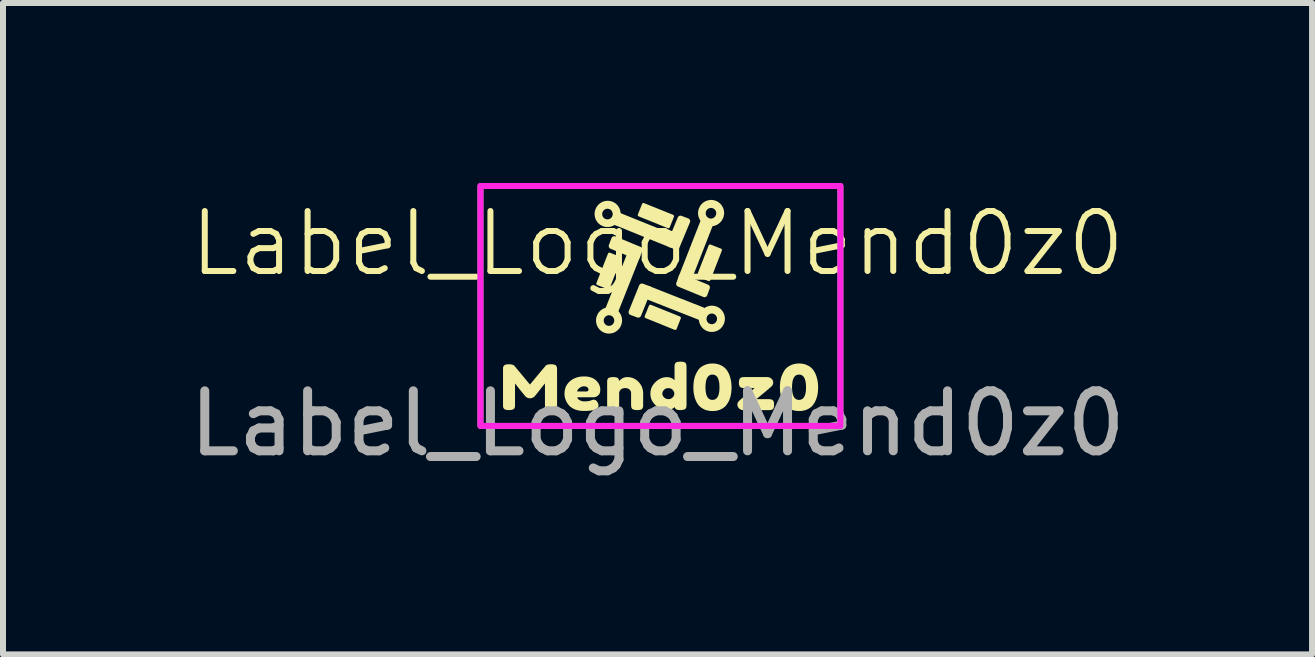
<source format=kicad_pcb>
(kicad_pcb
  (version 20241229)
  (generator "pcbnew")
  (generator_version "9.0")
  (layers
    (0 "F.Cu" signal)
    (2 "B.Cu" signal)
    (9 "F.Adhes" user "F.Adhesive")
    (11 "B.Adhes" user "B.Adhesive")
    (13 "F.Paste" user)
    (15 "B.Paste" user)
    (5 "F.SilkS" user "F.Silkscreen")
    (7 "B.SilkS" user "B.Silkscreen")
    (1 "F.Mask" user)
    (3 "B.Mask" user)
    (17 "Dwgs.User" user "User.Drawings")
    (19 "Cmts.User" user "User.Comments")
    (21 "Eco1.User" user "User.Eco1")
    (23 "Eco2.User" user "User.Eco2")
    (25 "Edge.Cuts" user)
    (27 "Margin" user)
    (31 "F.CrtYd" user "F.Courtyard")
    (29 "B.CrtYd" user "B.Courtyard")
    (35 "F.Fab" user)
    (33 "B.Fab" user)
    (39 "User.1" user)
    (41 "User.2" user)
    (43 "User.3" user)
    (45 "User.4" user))
  (footprint "Label_Logo_Mend0z0"
    (layer "F.Cu")
    (at 7.911 1.51)
    (property "Reference" "Label_Logo_Mend0z0" (at 0 -0.5 0) (unlocked yes) (layer "F.SilkS") (effects (font (size 1 1) (thickness 0.1))))
    (fp_poly (pts (xy -0.629 -0.256) (xy -0.822 0.237) (xy -0.996 0.168) (xy -0.803 -0.324)) (stroke (width 0.05) (type solid)) (fill yes) (layer "F.SilkS"))
    (fp_poly (pts (xy -0.354 -0.294) (xy -0.716 0.618) (xy -0.805 0.592) (xy -0.444 -0.32)) (stroke (width 0.126) (type solid)) (fill yes) (layer "F.SilkS"))
    (fp_poly (pts (xy -0.299 -0.398) (xy -0.342 -0.284) (xy -0.765 -0.459) (xy -0.722 -0.574)) (stroke (width 0.098) (type solid)) (fill yes) (layer "F.SilkS"))
    (fp_poly (pts (xy -0.148 0.257) (xy -0.321 0.686) (xy -0.434 0.644) (xy -0.261 0.215)) (stroke (width 0.098) (type solid)) (fill yes) (layer "F.SilkS"))
    (fp_poly (pts (xy 0.242 -0.592) (xy 0.215 -0.501) (xy -0.685 -0.865) (xy -0.658 -0.956)) (stroke (width 0.126) (type solid)) (fill yes) (layer "F.SilkS"))
    (fp_poly (pts (xy 0.25 -0.956) (xy 0.18 -0.78) (xy -0.305 -0.976) (xy -0.235 -1.151)) (stroke (width 0.05) (type solid)) (fill yes) (layer "F.SilkS"))
    (fp_poly (pts (xy 0.364 0.739) (xy 0.294 0.915) (xy -0.191 0.719) (xy -0.12 0.544)) (stroke (width 0.05) (type solid)) (fill yes) (layer "F.SilkS"))
    (fp_poly (pts (xy 0.495 -0.873) (xy 0.317 -0.446) (xy 0.205 -0.489) (xy 0.382 -0.916)) (stroke (width 0.098) (type solid)) (fill yes) (layer "F.SilkS"))
    (fp_poly (pts (xy 0.745 0.625) (xy 0.72 0.716) (xy -0.184 0.36) (xy -0.158 0.269)) (stroke (width 0.126) (type solid)) (fill yes) (layer "F.SilkS"))
    (fp_poly (pts (xy 0.824 0.231) (xy 0.782 0.345) (xy 0.359 0.171) (xy 0.401 0.057)) (stroke (width 0.098) (type solid)) (fill yes) (layer "F.SilkS"))
    (fp_poly (pts (xy 0.861 -0.821) (xy 0.503 0.093) (xy 0.413 0.067) (xy 0.771 -0.847)) (stroke (width 0.126) (type solid)) (fill yes) (layer "F.SilkS"))
    (fp_poly (pts (xy 1.049 -0.392) (xy 0.857 0.101) (xy 0.683 0.032) (xy 0.875 -0.46)) (stroke (width 0.05) (type solid)) (fill yes) (layer "F.SilkS"))
    (fp_poly (pts (xy -0.825 -1.196) (xy -0.816 -1.196) (xy -0.806 -1.195) (xy -0.796 -1.193) (xy -0.787 -1.191) (xy -0.778 -1.189) (xy -0.768 -1.186) (xy -0.759 -1.183) (xy -0.75 -1.179) (xy -0.742 -1.175) (xy -0.733 -1.17) (xy -0.725 -1.165) (xy -0.716 -1.16) (xy -0.708 -1.154) (xy -0.701 -1.147) (xy -0.693 -1.14) (xy -0.686 -1.133) (xy -0.679 -1.125) (xy -0.673 -1.118) (xy -0.667 -1.109) (xy -0.662 -1.101) (xy -0.657 -1.093) (xy -0.652 -1.084) (xy -0.648 -1.075) (xy -0.645 -1.066) (xy -0.642 -1.056) (xy -0.639 -1.047) (xy -0.637 -1.037) (xy -0.635 -1.028) (xy -0.633 -1.018) (xy -0.633 -1.008) (xy -0.632 -0.998) (xy -0.632 -0.988) (xy -0.633 -0.978) (xy -0.634 -0.968) (xy -0.636 -0.958) (xy -0.638 -0.948) (xy -0.64 -0.939) (xy -0.643 -0.929) (xy -0.646 -0.92) (xy -0.65 -0.911) (xy -0.655 -0.902) (xy -0.659 -0.893) (xy -0.664 -0.885) (xy -0.67 -0.877) (xy -0.676 -0.869) (xy -0.682 -0.861) (xy -0.689 -0.854) (xy -0.696 -0.847) (xy -0.703 -0.84) (xy -0.711 -0.834) (xy -0.719 -0.828) (xy -0.727 -0.822) (xy -0.736 -0.817) (xy -0.745 -0.813) (xy -0.754 -0.808) (xy -0.763 -0.805) (xy -0.772 -0.801) (xy -0.781 -0.799) (xy -0.791 -0.796) (xy -0.8 -0.794) (xy -0.81 -0.793) (xy -0.82 -0.792) (xy -0.83 -0.792) (xy -0.84 -0.792) (xy -0.85 -0.792) (xy -0.859 -0.793) (xy -0.869 -0.795) (xy -0.879 -0.797) (xy -0.888 -0.799) (xy -0.898 -0.802) (xy -0.907 -0.806) (xy -0.916 -0.81) (xy -0.925 -0.814) (xy -0.933 -0.819) (xy -0.942 -0.824) (xy -0.95 -0.829) (xy -0.957 -0.835) (xy -0.965 -0.842) (xy -0.972 -0.848) (xy -0.979 -0.855) (xy -0.986 -0.863) (xy -0.992 -0.871) (xy -0.998 -0.879) (xy -1.004 -0.888) (xy -1.009 -0.897) (xy -1.013 -0.905) (xy -1.017 -0.915) (xy -1.021 -0.924) (xy -1.024 -0.933) (xy -1.027 -0.943) (xy -1.029 -0.952) (xy -1.031 -0.962) (xy -1.032 -0.971) (xy -1.033 -0.981) (xy -1.033 -0.99) (xy -0.939 -0.99) (xy -0.939 -0.985) (xy -0.939 -0.98) (xy -0.938 -0.974) (xy -0.937 -0.969) (xy -0.936 -0.964) (xy -0.934 -0.959) (xy -0.933 -0.955) (xy -0.931 -0.95) (xy -0.929 -0.945) (xy -0.926 -0.941) (xy -0.924 -0.936) (xy -0.921 -0.932) (xy -0.918 -0.928) (xy -0.915 -0.924) (xy -0.911 -0.92) (xy -0.908 -0.916) (xy -0.904 -0.913) (xy -0.9 -0.909) (xy -0.896 -0.906) (xy -0.892 -0.903) (xy -0.887 -0.901) (xy -0.883 -0.898) (xy -0.878 -0.896) (xy -0.874 -0.894) (xy -0.869 -0.892) (xy -0.864 -0.891) (xy -0.859 -0.889) (xy -0.854 -0.888) (xy -0.849 -0.888) (xy -0.844 -0.887) (xy -0.839 -0.887) (xy -0.834 -0.887) (xy -0.829 -0.887) (xy -0.823 -0.887) (xy -0.818 -0.888) (xy -0.813 -0.889) (xy -0.808 -0.89) (xy -0.804 -0.892) (xy -0.799 -0.893) (xy -0.794 -0.895) (xy -0.789 -0.898) (xy -0.785 -0.9) (xy -0.781 -0.903) (xy -0.776 -0.905) (xy -0.772 -0.909) (xy -0.768 -0.912) (xy -0.764 -0.915) (xy -0.761 -0.919) (xy -0.757 -0.923) (xy -0.754 -0.927) (xy -0.751 -0.931) (xy -0.748 -0.935) (xy -0.745 -0.939) (xy -0.743 -0.944) (xy -0.74 -0.949) (xy -0.738 -0.953) (xy -0.737 -0.958) (xy -0.735 -0.963) (xy -0.734 -0.968) (xy -0.733 -0.973) (xy -0.732 -0.978) (xy -0.731 -0.983) (xy -0.731 -0.989) (xy -0.731 -0.994) (xy -0.731 -0.999) (xy -0.732 -1.004) (xy -0.732 -1.009) (xy -0.733 -1.014) (xy -0.735 -1.019) (xy -0.736 -1.024) (xy -0.738 -1.029) (xy -0.739 -1.034) (xy -0.742 -1.038) (xy -0.744 -1.043) (xy -0.747 -1.047) (xy -0.749 -1.052) (xy -0.752 -1.056) (xy -0.756 -1.06) (xy -0.759 -1.064) (xy -0.763 -1.068) (xy -0.767 -1.071) (xy -0.771 -1.075) (xy -0.775 -1.078) (xy -0.779 -1.081) (xy -0.783 -1.083) (xy -0.788 -1.086) (xy -0.792 -1.088) (xy -0.797 -1.09) (xy -0.802 -1.092) (xy -0.807 -1.093) (xy -0.812 -1.094) (xy -0.816 -1.095) (xy -0.821 -1.096) (xy -0.826 -1.097) (xy -0.831 -1.097) (xy -0.836 -1.097) (xy -0.841 -1.097) (xy -0.846 -1.096) (xy -0.851 -1.096) (xy -0.856 -1.095) (xy -0.861 -1.094) (xy -0.866 -1.092) (xy -0.871 -1.09) (xy -0.876 -1.089) (xy -0.88 -1.086) (xy -0.885 -1.084) (xy -0.889 -1.081) (xy -0.894 -1.078) (xy -0.898 -1.075) (xy -0.902 -1.072) (xy -0.906 -1.068) (xy -0.91 -1.065) (xy -0.913 -1.061) (xy -0.917 -1.057) (xy -0.92 -1.053) (xy -0.922 -1.049) (xy -0.925 -1.044) (xy -0.928 -1.04) (xy -0.93 -1.035) (xy -0.932 -1.03) (xy -0.934 -1.026) (xy -0.935 -1.021) (xy -0.936 -1.016) (xy -0.937 -1.011) (xy -0.938 -1.005) (xy -0.939 -1) (xy -0.939 -0.995) (xy -0.939 -0.99) (xy -1.033 -0.99) (xy -1.033 -0.991) (xy -1.033 -1.001) (xy -1.032 -1.01) (xy -1.031 -1.02) (xy -1.03 -1.029) (xy -1.028 -1.039) (xy -1.025 -1.048) (xy -1.022 -1.058) (xy -1.019 -1.067) (xy -1.015 -1.076) (xy -1.011 -1.085) (xy -1.007 -1.094) (xy -1.001 -1.102) (xy -0.996 -1.11) (xy -0.99 -1.119) (xy -0.984 -1.126) (xy -0.977 -1.134) (xy -0.969 -1.141) (xy -0.962 -1.148) (xy -0.954 -1.155) (xy -0.945 -1.161) (xy -0.937 -1.166) (xy -0.928 -1.171) (xy -0.919 -1.176) (xy -0.91 -1.18) (xy -0.901 -1.184) (xy -0.892 -1.187) (xy -0.883 -1.19) (xy -0.873 -1.192) (xy -0.864 -1.194) (xy -0.854 -1.195) (xy -0.844 -1.196) (xy -0.835 -1.196)) (stroke (width 0.033) (type solid)) (fill yes) (layer "F.SilkS"))
    (fp_poly (pts (xy -0.801 0.579) (xy -0.792 0.58) (xy -0.782 0.581) (xy -0.773 0.582) (xy -0.763 0.584) (xy -0.754 0.587) (xy -0.745 0.589) (xy -0.736 0.593) (xy -0.727 0.596) (xy -0.718 0.601) (xy -0.709 0.605) (xy -0.701 0.61) (xy -0.693 0.616) (xy -0.685 0.622) (xy -0.677 0.628) (xy -0.669 0.635) (xy -0.662 0.642) (xy -0.655 0.65) (xy -0.649 0.658) (xy -0.643 0.667) (xy -0.638 0.675) (xy -0.633 0.684) (xy -0.628 0.693) (xy -0.624 0.702) (xy -0.62 0.711) (xy -0.617 0.721) (xy -0.615 0.73) (xy -0.612 0.74) (xy -0.611 0.749) (xy -0.609 0.759) (xy -0.609 0.768) (xy -0.608 0.778) (xy -0.608 0.788) (xy -0.609 0.798) (xy -0.61 0.807) (xy -0.612 0.817) (xy -0.614 0.826) (xy -0.616 0.836) (xy -0.619 0.845) (xy -0.622 0.854) (xy -0.626 0.863) (xy -0.63 0.872) (xy -0.635 0.881) (xy -0.64 0.89) (xy -0.645 0.898) (xy -0.651 0.906) (xy -0.658 0.914) (xy -0.665 0.921) (xy -0.672 0.929) (xy -0.68 0.936) (xy -0.688 0.942) (xy -0.696 0.948) (xy -0.704 0.954) (xy -0.713 0.959) (xy -0.722 0.964) (xy -0.731 0.968) (xy -0.74 0.971) (xy -0.749 0.975) (xy -0.759 0.977) (xy -0.768 0.98) (xy -0.778 0.981) (xy -0.787 0.983) (xy -0.797 0.983) (xy -0.806 0.984) (xy -0.816 0.984) (xy -0.826 0.983) (xy -0.835 0.982) (xy -0.845 0.981) (xy -0.854 0.979) (xy -0.863 0.976) (xy -0.873 0.974) (xy -0.882 0.97) (xy -0.891 0.967) (xy -0.9 0.962) (xy -0.908 0.958) (xy -0.917 0.953) (xy -0.925 0.947) (xy -0.933 0.941) (xy -0.94 0.935) (xy -0.948 0.928) (xy -0.955 0.921) (xy -0.962 0.913) (xy -0.968 0.905) (xy -0.974 0.896) (xy -0.98 0.888) (xy -0.985 0.879) (xy -0.989 0.87) (xy -0.993 0.861) (xy -0.997 0.852) (xy -1 0.842) (xy -1.003 0.833) (xy -1.005 0.823) (xy -1.007 0.814) (xy -1.008 0.804) (xy -1.009 0.794) (xy -1.009 0.785) (xy -0.914 0.785) (xy -0.913 0.791) (xy -0.913 0.796) (xy -0.912 0.801) (xy -0.911 0.806) (xy -0.91 0.811) (xy -0.909 0.816) (xy -0.907 0.821) (xy -0.905 0.825) (xy -0.903 0.83) (xy -0.901 0.835) (xy -0.898 0.839) (xy -0.895 0.843) (xy -0.892 0.847) (xy -0.889 0.852) (xy -0.886 0.856) (xy -0.882 0.859) (xy -0.878 0.863) (xy -0.874 0.866) (xy -0.87 0.869) (xy -0.866 0.872) (xy -0.861 0.875) (xy -0.857 0.877) (xy -0.852 0.88) (xy -0.848 0.881) (xy -0.843 0.883) (xy -0.838 0.885) (xy -0.833 0.886) (xy -0.828 0.887) (xy -0.823 0.888) (xy -0.818 0.888) (xy -0.813 0.888) (xy -0.808 0.888) (xy -0.803 0.888) (xy -0.798 0.888) (xy -0.793 0.887) (xy -0.788 0.886) (xy -0.784 0.885) (xy -0.779 0.884) (xy -0.774 0.882) (xy -0.769 0.88) (xy -0.764 0.878) (xy -0.76 0.876) (xy -0.755 0.873) (xy -0.751 0.87) (xy -0.747 0.867) (xy -0.742 0.863) (xy -0.738 0.86) (xy -0.735 0.856) (xy -0.731 0.852) (xy -0.728 0.848) (xy -0.725 0.844) (xy -0.722 0.84) (xy -0.719 0.835) (xy -0.717 0.831) (xy -0.715 0.826) (xy -0.713 0.821) (xy -0.711 0.816) (xy -0.709 0.812) (xy -0.708 0.807) (xy -0.707 0.802) (xy -0.706 0.797) (xy -0.706 0.792) (xy -0.706 0.787) (xy -0.705 0.782) (xy -0.706 0.777) (xy -0.706 0.772) (xy -0.707 0.767) (xy -0.708 0.762) (xy -0.709 0.757) (xy -0.71 0.752) (xy -0.712 0.747) (xy -0.714 0.742) (xy -0.716 0.737) (xy -0.718 0.733) (xy -0.721 0.728) (xy -0.724 0.724) (xy -0.727 0.719) (xy -0.73 0.715) (xy -0.733 0.711) (xy -0.737 0.708) (xy -0.741 0.704) (xy -0.745 0.701) (xy -0.749 0.698) (xy -0.753 0.695) (xy -0.757 0.692) (xy -0.762 0.69) (xy -0.766 0.688) (xy -0.771 0.686) (xy -0.776 0.684) (xy -0.781 0.682) (xy -0.785 0.681) (xy -0.79 0.68) (xy -0.796 0.679) (xy -0.801 0.679) (xy -0.806 0.678) (xy -0.811 0.678) (xy -0.816 0.678) (xy -0.821 0.679) (xy -0.826 0.68) (xy -0.831 0.681) (xy -0.836 0.682) (xy -0.841 0.683) (xy -0.846 0.685) (xy -0.851 0.687) (xy -0.855 0.689) (xy -0.86 0.692) (xy -0.864 0.694) (xy -0.868 0.697) (xy -0.873 0.7) (xy -0.877 0.703) (xy -0.88 0.707) (xy -0.884 0.71) (xy -0.888 0.714) (xy -0.891 0.718) (xy -0.894 0.722) (xy -0.897 0.727) (xy -0.9 0.731) (xy -0.902 0.736) (xy -0.904 0.74) (xy -0.906 0.745) (xy -0.908 0.75) (xy -0.91 0.755) (xy -0.911 0.76) (xy -0.912 0.765) (xy -0.913 0.77) (xy -0.913 0.775) (xy -0.914 0.78) (xy -0.914 0.785) (xy -1.009 0.785) (xy -1.009 0.785) (xy -1.009 0.775) (xy -1.008 0.765) (xy -1.007 0.756) (xy -1.006 0.746) (xy -1.004 0.737) (xy -1.001 0.727) (xy -0.999 0.718) (xy -0.995 0.709) (xy -0.991 0.7) (xy -0.987 0.691) (xy -0.983 0.682) (xy -0.978 0.673) (xy -0.972 0.665) (xy -0.966 0.657) (xy -0.96 0.649) (xy -0.953 0.642) (xy -0.946 0.634) (xy -0.938 0.627) (xy -0.93 0.621) (xy -0.921 0.615) (xy -0.913 0.609) (xy -0.904 0.604) (xy -0.895 0.599) (xy -0.886 0.595) (xy -0.877 0.592) (xy -0.868 0.588) (xy -0.859 0.586) (xy -0.849 0.583) (xy -0.84 0.582) (xy -0.83 0.58) (xy -0.82 0.579) (xy -0.811 0.579)) (stroke (width 0.033) (type solid)) (fill yes) (layer "F.SilkS"))
    (fp_poly (pts (xy 0.912 0.552) (xy 0.922 0.553) (xy 0.932 0.554) (xy 0.942 0.555) (xy 0.952 0.557) (xy 0.961 0.56) (xy 0.97 0.563) (xy 0.98 0.566) (xy 0.989 0.57) (xy 0.997 0.574) (xy 1.006 0.579) (xy 1.014 0.584) (xy 1.022 0.589) (xy 1.03 0.595) (xy 1.038 0.602) (xy 1.045 0.608) (xy 1.052 0.616) (xy 1.058 0.623) (xy 1.065 0.631) (xy 1.07 0.639) (xy 1.076 0.647) (xy 1.081 0.656) (xy 1.085 0.665) (xy 1.089 0.674) (xy 1.093 0.683) (xy 1.096 0.692) (xy 1.099 0.701) (xy 1.101 0.711) (xy 1.103 0.721) (xy 1.104 0.731) (xy 1.105 0.74) (xy 1.106 0.75) (xy 1.105 0.76) (xy 1.105 0.77) (xy 1.104 0.78) (xy 1.102 0.79) (xy 1.1 0.8) (xy 1.098 0.81) (xy 1.095 0.819) (xy 1.091 0.828) (xy 1.087 0.838) (xy 1.083 0.846) (xy 1.078 0.855) (xy 1.073 0.864) (xy 1.068 0.872) (xy 1.062 0.88) (xy 1.056 0.887) (xy 1.049 0.895) (xy 1.042 0.902) (xy 1.034 0.908) (xy 1.026 0.915) (xy 1.018 0.921) (xy 1.01 0.927) (xy 1.001 0.932) (xy 0.992 0.936) (xy 0.983 0.94) (xy 0.974 0.944) (xy 0.965 0.947) (xy 0.955 0.95) (xy 0.946 0.952) (xy 0.936 0.954) (xy 0.927 0.955) (xy 0.917 0.956) (xy 0.907 0.957) (xy 0.898 0.957) (xy 0.888 0.956) (xy 0.879 0.955) (xy 0.869 0.954) (xy 0.86 0.952) (xy 0.85 0.949) (xy 0.841 0.946) (xy 0.832 0.943) (xy 0.823 0.939) (xy 0.814 0.935) (xy 0.806 0.931) (xy 0.797 0.925) (xy 0.789 0.92) (xy 0.781 0.914) (xy 0.773 0.908) (xy 0.766 0.901) (xy 0.759 0.893) (xy 0.752 0.886) (xy 0.746 0.877) (xy 0.74 0.869) (xy 0.734 0.861) (xy 0.729 0.852) (xy 0.725 0.843) (xy 0.721 0.834) (xy 0.717 0.825) (xy 0.714 0.815) (xy 0.711 0.806) (xy 0.709 0.796) (xy 0.707 0.787) (xy 0.706 0.777) (xy 0.705 0.767) (xy 0.705 0.758) (xy 0.705 0.757) (xy 0.8 0.757) (xy 0.8 0.762) (xy 0.8 0.767) (xy 0.801 0.772) (xy 0.802 0.777) (xy 0.803 0.782) (xy 0.804 0.787) (xy 0.806 0.792) (xy 0.808 0.796) (xy 0.81 0.801) (xy 0.812 0.806) (xy 0.815 0.81) (xy 0.818 0.815) (xy 0.821 0.819) (xy 0.824 0.823) (xy 0.828 0.827) (xy 0.831 0.831) (xy 0.835 0.835) (xy 0.839 0.838) (xy 0.843 0.841) (xy 0.848 0.844) (xy 0.852 0.847) (xy 0.856 0.849) (xy 0.861 0.851) (xy 0.866 0.853) (xy 0.87 0.855) (xy 0.875 0.856) (xy 0.88 0.858) (xy 0.885 0.859) (xy 0.89 0.859) (xy 0.895 0.86) (xy 0.9 0.86) (xy 0.905 0.86) (xy 0.91 0.86) (xy 0.915 0.86) (xy 0.92 0.859) (xy 0.925 0.858) (xy 0.93 0.857) (xy 0.934 0.855) (xy 0.939 0.854) (xy 0.944 0.852) (xy 0.949 0.85) (xy 0.953 0.847) (xy 0.958 0.845) (xy 0.962 0.842) (xy 0.967 0.839) (xy 0.971 0.835) (xy 0.975 0.832) (xy 0.979 0.828) (xy 0.982 0.824) (xy 0.985 0.82) (xy 0.989 0.816) (xy 0.991 0.811) (xy 0.994 0.807) (xy 0.996 0.802) (xy 0.999 0.798) (xy 1.001 0.793) (xy 1.002 0.788) (xy 1.004 0.783) (xy 1.005 0.778) (xy 1.006 0.773) (xy 1.007 0.768) (xy 1.007 0.763) (xy 1.008 0.758) (xy 1.008 0.753) (xy 1.008 0.748) (xy 1.007 0.743) (xy 1.007 0.738) (xy 1.006 0.733) (xy 1.004 0.728) (xy 1.003 0.723) (xy 1.001 0.719) (xy 1 0.714) (xy 0.997 0.709) (xy 0.995 0.704) (xy 0.993 0.7) (xy 0.99 0.695) (xy 0.987 0.691) (xy 0.983 0.687) (xy 0.98 0.683) (xy 0.976 0.679) (xy 0.972 0.676) (xy 0.968 0.672) (xy 0.964 0.669) (xy 0.96 0.666) (xy 0.955 0.664) (xy 0.951 0.661) (xy 0.946 0.659) (xy 0.942 0.657) (xy 0.937 0.655) (xy 0.932 0.654) (xy 0.927 0.653) (xy 0.922 0.652) (xy 0.917 0.651) (xy 0.912 0.65) (xy 0.908 0.65) (xy 0.903 0.65) (xy 0.898 0.65) (xy 0.893 0.651) (xy 0.888 0.651) (xy 0.883 0.652) (xy 0.878 0.653) (xy 0.873 0.655) (xy 0.868 0.656) (xy 0.863 0.658) (xy 0.859 0.661) (xy 0.854 0.663) (xy 0.849 0.666) (xy 0.845 0.668) (xy 0.841 0.672) (xy 0.837 0.675) (xy 0.833 0.679) (xy 0.829 0.682) (xy 0.825 0.686) (xy 0.822 0.69) (xy 0.819 0.695) (xy 0.816 0.699) (xy 0.813 0.703) (xy 0.811 0.708) (xy 0.809 0.713) (xy 0.807 0.717) (xy 0.805 0.722) (xy 0.804 0.727) (xy 0.802 0.732) (xy 0.801 0.737) (xy 0.801 0.742) (xy 0.8 0.747) (xy 0.8 0.752) (xy 0.8 0.757) (xy 0.705 0.757) (xy 0.705 0.748) (xy 0.706 0.738) (xy 0.707 0.729) (xy 0.708 0.719) (xy 0.71 0.709) (xy 0.713 0.7) (xy 0.715 0.691) (xy 0.719 0.681) (xy 0.722 0.672) (xy 0.727 0.663) (xy 0.731 0.655) (xy 0.736 0.646) (xy 0.742 0.638) (xy 0.748 0.63) (xy 0.754 0.622) (xy 0.761 0.614) (xy 0.768 0.607) (xy 0.776 0.6) (xy 0.776 0.6) (xy 0.784 0.594) (xy 0.792 0.588) (xy 0.8 0.583) (xy 0.809 0.577) (xy 0.817 0.573) (xy 0.826 0.569) (xy 0.835 0.565) (xy 0.845 0.562) (xy 0.854 0.559) (xy 0.863 0.557) (xy 0.873 0.555) (xy 0.883 0.553) (xy 0.893 0.552) (xy 0.902 0.552)) (stroke (width 0.033) (type solid)) (fill yes) (layer "F.SilkS"))
    (fp_poly (pts (xy 0.9 -1.211) (xy 0.909 -1.21) (xy 0.919 -1.209) (xy 0.928 -1.207) (xy 0.938 -1.206) (xy 0.947 -1.203) (xy 0.956 -1.2) (xy 0.965 -1.197) (xy 0.974 -1.193) (xy 0.983 -1.189) (xy 0.992 -1.184) (xy 1 -1.179) (xy 1.008 -1.174) (xy 1.016 -1.168) (xy 1.024 -1.161) (xy 1.032 -1.155) (xy 1.039 -1.147) (xy 1.046 -1.139) (xy 1.052 -1.131) (xy 1.058 -1.123) (xy 1.063 -1.114) (xy 1.068 -1.106) (xy 1.073 -1.097) (xy 1.077 -1.088) (xy 1.081 -1.079) (xy 1.084 -1.069) (xy 1.086 -1.06) (xy 1.089 -1.05) (xy 1.09 -1.041) (xy 1.092 -1.031) (xy 1.092 -1.021) (xy 1.093 -1.011) (xy 1.093 -1.002) (xy 1.092 -0.992) (xy 1.091 -0.982) (xy 1.089 -0.973) (xy 1.087 -0.963) (xy 1.085 -0.954) (xy 1.082 -0.945) (xy 1.079 -0.935) (xy 1.075 -0.926) (xy 1.071 -0.917) (xy 1.066 -0.909) (xy 1.061 -0.9) (xy 1.056 -0.892) (xy 1.05 -0.884) (xy 1.043 -0.876) (xy 1.036 -0.868) (xy 1.029 -0.861) (xy 1.021 -0.854) (xy 1.013 -0.848) (xy 1.005 -0.842) (xy 0.997 -0.836) (xy 0.988 -0.831) (xy 0.979 -0.826) (xy 0.97 -0.822) (xy 0.961 -0.818) (xy 0.952 -0.815) (xy 0.942 -0.812) (xy 0.933 -0.81) (xy 0.923 -0.808) (xy 0.914 -0.807) (xy 0.904 -0.806) (xy 0.895 -0.806) (xy 0.885 -0.806) (xy 0.875 -0.806) (xy 0.866 -0.807) (xy 0.856 -0.809) (xy 0.847 -0.811) (xy 0.838 -0.813) (xy 0.828 -0.816) (xy 0.819 -0.819) (xy 0.81 -0.823) (xy 0.801 -0.827) (xy 0.793 -0.832) (xy 0.784 -0.837) (xy 0.776 -0.843) (xy 0.768 -0.849) (xy 0.761 -0.855) (xy 0.753 -0.862) (xy 0.746 -0.869) (xy 0.739 -0.877) (xy 0.733 -0.885) (xy 0.727 -0.893) (xy 0.721 -0.902) (xy 0.716 -0.911) (xy 0.712 -0.92) (xy 0.708 -0.929) (xy 0.704 -0.938) (xy 0.701 -0.947) (xy 0.698 -0.957) (xy 0.696 -0.966) (xy 0.694 -0.976) (xy 0.693 -0.986) (xy 0.692 -0.995) (xy 0.692 -1.004) (xy 0.786 -1.004) (xy 0.786 -0.999) (xy 0.787 -0.994) (xy 0.788 -0.988) (xy 0.788 -0.984) (xy 0.79 -0.979) (xy 0.791 -0.974) (xy 0.793 -0.969) (xy 0.794 -0.964) (xy 0.797 -0.959) (xy 0.799 -0.955) (xy 0.802 -0.95) (xy 0.804 -0.946) (xy 0.807 -0.941) (xy 0.811 -0.937) (xy 0.814 -0.933) (xy 0.818 -0.93) (xy 0.822 -0.926) (xy 0.826 -0.923) (xy 0.83 -0.92) (xy 0.834 -0.917) (xy 0.838 -0.914) (xy 0.843 -0.912) (xy 0.847 -0.909) (xy 0.852 -0.907) (xy 0.857 -0.906) (xy 0.861 -0.904) (xy 0.866 -0.903) (xy 0.871 -0.902) (xy 0.876 -0.901) (xy 0.882 -0.9) (xy 0.887 -0.9) (xy 0.892 -0.9) (xy 0.897 -0.9) (xy 0.902 -0.901) (xy 0.907 -0.902) (xy 0.912 -0.903) (xy 0.917 -0.904) (xy 0.922 -0.905) (xy 0.927 -0.907) (xy 0.931 -0.909) (xy 0.936 -0.911) (xy 0.941 -0.913) (xy 0.945 -0.916) (xy 0.949 -0.919) (xy 0.953 -0.922) (xy 0.957 -0.925) (xy 0.961 -0.929) (xy 0.965 -0.932) (xy 0.969 -0.936) (xy 0.972 -0.94) (xy 0.975 -0.944) (xy 0.978 -0.949) (xy 0.98 -0.953) (xy 0.983 -0.957) (xy 0.985 -0.962) (xy 0.987 -0.967) (xy 0.989 -0.972) (xy 0.99 -0.977) (xy 0.992 -0.982) (xy 0.993 -0.987) (xy 0.994 -0.992) (xy 0.994 -0.997) (xy 0.994 -1.002) (xy 0.994 -1.007) (xy 0.994 -1.012) (xy 0.994 -1.018) (xy 0.993 -1.023) (xy 0.992 -1.028) (xy 0.991 -1.033) (xy 0.99 -1.038) (xy 0.988 -1.043) (xy 0.986 -1.047) (xy 0.984 -1.052) (xy 0.982 -1.056) (xy 0.979 -1.061) (xy 0.976 -1.065) (xy 0.973 -1.069) (xy 0.97 -1.074) (xy 0.967 -1.077) (xy 0.963 -1.081) (xy 0.959 -1.085) (xy 0.955 -1.088) (xy 0.951 -1.091) (xy 0.947 -1.094) (xy 0.943 -1.097) (xy 0.938 -1.099) (xy 0.934 -1.101) (xy 0.929 -1.103) (xy 0.924 -1.105) (xy 0.919 -1.106) (xy 0.914 -1.108) (xy 0.909 -1.109) (xy 0.904 -1.11) (xy 0.899 -1.11) (xy 0.894 -1.11) (xy 0.889 -1.11) (xy 0.884 -1.11) (xy 0.879 -1.11) (xy 0.874 -1.109) (xy 0.869 -1.108) (xy 0.864 -1.107) (xy 0.859 -1.105) (xy 0.854 -1.104) (xy 0.849 -1.102) (xy 0.845 -1.1) (xy 0.84 -1.097) (xy 0.836 -1.095) (xy 0.831 -1.092) (xy 0.827 -1.089) (xy 0.823 -1.085) (xy 0.823 -1.085) (xy 0.819 -1.082) (xy 0.816 -1.078) (xy 0.812 -1.074) (xy 0.809 -1.07) (xy 0.806 -1.066) (xy 0.803 -1.061) (xy 0.8 -1.057) (xy 0.798 -1.053) (xy 0.795 -1.048) (xy 0.793 -1.043) (xy 0.792 -1.038) (xy 0.79 -1.034) (xy 0.789 -1.029) (xy 0.788 -1.024) (xy 0.787 -1.019) (xy 0.787 -1.014) (xy 0.786 -1.009) (xy 0.786 -1.004) (xy 0.692 -1.004) (xy 0.692 -1.005) (xy 0.692 -1.015) (xy 0.693 -1.024) (xy 0.694 -1.034) (xy 0.695 -1.044) (xy 0.697 -1.053) (xy 0.7 -1.063) (xy 0.702 -1.072) (xy 0.706 -1.081) (xy 0.71 -1.09) (xy 0.714 -1.099) (xy 0.718 -1.108) (xy 0.723 -1.116) (xy 0.729 -1.125) (xy 0.735 -1.133) (xy 0.741 -1.141) (xy 0.748 -1.148) (xy 0.755 -1.155) (xy 0.763 -1.162) (xy 0.763 -1.162) (xy 0.771 -1.169) (xy 0.78 -1.175) (xy 0.788 -1.18) (xy 0.797 -1.186) (xy 0.806 -1.19) (xy 0.815 -1.194) (xy 0.824 -1.198) (xy 0.833 -1.201) (xy 0.842 -1.204) (xy 0.852 -1.206) (xy 0.861 -1.208) (xy 0.871 -1.209) (xy 0.881 -1.21) (xy 0.89 -1.211)) (stroke (width 0.033) (type solid)) (fill yes) (layer "F.SilkS"))
    (fp_poly (pts (xy 1.833 1.726) (xy 1.838 1.726) (xy 1.843 1.727) (xy 1.848 1.728) (xy 1.852 1.729) (xy 1.857 1.73) (xy 1.861 1.731) (xy 1.866 1.733) (xy 1.87 1.734) (xy 1.874 1.736) (xy 1.878 1.738) (xy 1.883 1.741) (xy 1.887 1.743) (xy 1.89 1.746) (xy 1.894 1.749) (xy 1.898 1.752) (xy 1.902 1.756) (xy 1.905 1.759) (xy 1.908 1.762) (xy 1.911 1.766) (xy 1.914 1.77) (xy 1.916 1.774) (xy 1.918 1.778) (xy 1.92 1.782) (xy 1.922 1.786) (xy 1.923 1.79) (xy 1.925 1.795) (xy 1.926 1.799) (xy 1.927 1.804) (xy 1.927 1.808) (xy 1.928 1.813) (xy 1.928 1.818) (xy 1.928 1.823) (xy 1.927 1.828) (xy 1.926 1.832) (xy 1.926 1.837) (xy 1.924 1.841) (xy 1.923 1.846) (xy 1.921 1.85) (xy 1.919 1.855) (xy 1.917 1.859) (xy 1.914 1.863) (xy 1.911 1.867) (xy 1.908 1.871) (xy 1.905 1.875) (xy 1.901 1.879) (xy 1.898 1.883) (xy 1.893 1.887) (xy 1.865 1.911) (xy 1.815 1.954) (xy 1.743 2.014) (xy 1.648 2.093) (xy 1.648 2.093) (xy 1.843 2.093) (xy 1.854 2.093) (xy 1.864 2.094) (xy 1.874 2.094) (xy 1.878 2.095) (xy 1.882 2.096) (xy 1.886 2.096) (xy 1.89 2.097) (xy 1.894 2.098) (xy 1.897 2.099) (xy 1.9 2.1) (xy 1.903 2.101) (xy 1.906 2.102) (xy 1.908 2.103) (xy 1.911 2.105) (xy 1.913 2.106) (xy 1.915 2.108) (xy 1.918 2.109) (xy 1.92 2.111) (xy 1.922 2.113) (xy 1.924 2.114) (xy 1.925 2.116) (xy 1.927 2.118) (xy 1.929 2.12) (xy 1.93 2.122) (xy 1.931 2.124) (xy 1.933 2.127) (xy 1.934 2.129) (xy 1.935 2.131) (xy 1.936 2.134) (xy 1.936 2.136) (xy 1.937 2.139) (xy 1.938 2.142) (xy 1.939 2.144) (xy 1.939 2.147) (xy 1.94 2.15) (xy 1.94 2.153) (xy 1.941 2.157) (xy 1.941 2.16) (xy 1.942 2.163) (xy 1.942 2.171) (xy 1.942 2.178) (xy 1.942 2.186) (xy 1.942 2.194) (xy 1.942 2.201) (xy 1.942 2.209) (xy 1.941 2.215) (xy 1.94 2.222) (xy 1.939 2.228) (xy 1.937 2.233) (xy 1.936 2.236) (xy 1.936 2.238) (xy 1.935 2.241) (xy 1.934 2.243) (xy 1.933 2.245) (xy 1.932 2.247) (xy 1.93 2.25) (xy 1.929 2.252) (xy 1.928 2.253) (xy 1.926 2.255) (xy 1.925 2.257) (xy 1.923 2.259) (xy 1.921 2.26) (xy 1.92 2.262) (xy 1.918 2.263) (xy 1.916 2.264) (xy 1.914 2.265) (xy 1.912 2.266) (xy 1.907 2.268) (xy 1.903 2.27) (xy 1.899 2.271) (xy 1.895 2.272) (xy 1.892 2.274) (xy 1.888 2.274) (xy 1.884 2.275) (xy 1.881 2.276) (xy 1.878 2.276) (xy 1.874 2.276) (xy 1.87 2.276) (xy 1.865 2.277) (xy 1.854 2.277) (xy 1.842 2.277) (xy 1.43 2.277) (xy 1.425 2.277) (xy 1.42 2.276) (xy 1.416 2.276) (xy 1.411 2.275) (xy 1.406 2.274) (xy 1.402 2.273) (xy 1.397 2.272) (xy 1.393 2.27) (xy 1.389 2.268) (xy 1.384 2.266) (xy 1.38 2.264) (xy 1.376 2.262) (xy 1.372 2.259) (xy 1.368 2.256) (xy 1.364 2.253) (xy 1.361 2.25) (xy 1.357 2.246) (xy 1.354 2.243) (xy 1.351 2.239) (xy 1.348 2.235) (xy 1.345 2.232) (xy 1.343 2.228) (xy 1.34 2.224) (xy 1.338 2.22) (xy 1.337 2.216) (xy 1.335 2.212) (xy 1.334 2.207) (xy 1.333 2.203) (xy 1.332 2.199) (xy 1.332 2.194) (xy 1.331 2.19) (xy 1.331 2.185) (xy 1.331 2.18) (xy 1.332 2.176) (xy 1.332 2.171) (xy 1.333 2.167) (xy 1.334 2.163) (xy 1.335 2.158) (xy 1.337 2.154) (xy 1.338 2.15) (xy 1.34 2.146) (xy 1.343 2.142) (xy 1.345 2.139) (xy 1.348 2.135) (xy 1.351 2.131) (xy 1.354 2.128) (xy 1.357 2.124) (xy 1.361 2.121) (xy 1.369 2.114) (xy 1.378 2.106) (xy 1.387 2.098) (xy 1.398 2.088) (xy 1.423 2.067) (xy 1.452 2.044) (xy 1.511 1.996) (xy 1.564 1.954) (xy 1.603 1.922) (xy 1.613 1.913) (xy 1.619 1.909) (xy 1.458 1.909) (xy 1.45 1.909) (xy 1.442 1.909) (xy 1.435 1.908) (xy 1.428 1.908) (xy 1.422 1.907) (xy 1.416 1.906) (xy 1.41 1.905) (xy 1.405 1.904) (xy 1.4 1.903) (xy 1.395 1.901) (xy 1.391 1.9) (xy 1.387 1.898) (xy 1.384 1.896) (xy 1.381 1.894) (xy 1.378 1.892) (xy 1.376 1.889) (xy 1.373 1.886) (xy 1.371 1.883) (xy 1.369 1.88) (xy 1.367 1.877) (xy 1.365 1.873) (xy 1.364 1.87) (xy 1.362 1.866) (xy 1.361 1.862) (xy 1.36 1.859) (xy 1.359 1.855) (xy 1.358 1.851) (xy 1.357 1.846) (xy 1.357 1.842) (xy 1.356 1.838) (xy 1.356 1.833) (xy 1.356 1.829) (xy 1.356 1.819) (xy 1.357 1.811) (xy 1.357 1.803) (xy 1.358 1.796) (xy 1.358 1.789) (xy 1.359 1.783) (xy 1.361 1.778) (xy 1.362 1.773) (xy 1.363 1.769) (xy 1.364 1.766) (xy 1.365 1.764) (xy 1.366 1.762) (xy 1.366 1.76) (xy 1.367 1.759) (xy 1.368 1.757) (xy 1.369 1.755) (xy 1.37 1.754) (xy 1.371 1.752) (xy 1.372 1.751) (xy 1.373 1.749) (xy 1.374 1.748) (xy 1.375 1.747) (xy 1.376 1.746) (xy 1.377 1.745) (xy 1.378 1.744) (xy 1.379 1.743) (xy 1.38 1.742) (xy 1.381 1.74) (xy 1.382 1.739) (xy 1.384 1.739) (xy 1.385 1.738) (xy 1.387 1.737) (xy 1.388 1.736) (xy 1.39 1.735) (xy 1.391 1.734) (xy 1.393 1.733) (xy 1.395 1.733) (xy 1.397 1.732) (xy 1.398 1.731) (xy 1.401 1.731) (xy 1.404 1.73) (xy 1.406 1.73) (xy 1.409 1.729) (xy 1.416 1.728) (xy 1.423 1.727) (xy 1.431 1.727) (xy 1.439 1.726) (xy 1.448 1.726) (xy 1.458 1.726) (xy 1.828 1.726)) (stroke (width -0.000001) (type solid)) (fill yes) (layer "F.SilkS"))
    (fp_poly (pts (xy 0.925 1.499) (xy 0.935 1.5) (xy 0.944 1.5) (xy 0.953 1.501) (xy 0.963 1.502) (xy 0.971 1.503) (xy 0.98 1.505) (xy 0.989 1.506) (xy 0.997 1.508) (xy 1.006 1.51) (xy 1.014 1.513) (xy 1.022 1.515) (xy 1.03 1.518) (xy 1.037 1.521) (xy 1.045 1.524) (xy 1.052 1.528) (xy 1.06 1.531) (xy 1.067 1.535) (xy 1.074 1.539) (xy 1.08 1.542) (xy 1.087 1.546) (xy 1.093 1.551) (xy 1.099 1.555) (xy 1.105 1.559) (xy 1.111 1.564) (xy 1.116 1.568) (xy 1.121 1.573) (xy 1.126 1.577) (xy 1.131 1.582) (xy 1.136 1.587) (xy 1.14 1.592) (xy 1.145 1.598) (xy 1.149 1.603) (xy 1.153 1.608) (xy 1.157 1.614) (xy 1.161 1.619) (xy 1.165 1.625) (xy 1.168 1.631) (xy 1.172 1.637) (xy 1.175 1.643) (xy 1.179 1.649) (xy 1.182 1.656) (xy 1.185 1.662) (xy 1.188 1.668) (xy 1.191 1.675) (xy 1.194 1.682) (xy 1.197 1.689) (xy 1.199 1.696) (xy 1.204 1.708) (xy 1.207 1.719) (xy 1.211 1.731) (xy 1.214 1.744) (xy 1.217 1.756) (xy 1.22 1.768) (xy 1.223 1.78) (xy 1.225 1.793) (xy 1.227 1.805) (xy 1.229 1.818) (xy 1.23 1.831) (xy 1.231 1.843) (xy 1.232 1.856) (xy 1.233 1.869) (xy 1.233 1.882) (xy 1.234 1.895) (xy 1.233 1.919) (xy 1.232 1.941) (xy 1.23 1.964) (xy 1.228 1.985) (xy 1.225 2.006) (xy 1.221 2.026) (xy 1.217 2.046) (xy 1.211 2.065) (xy 1.205 2.083) (xy 1.199 2.101) (xy 1.192 2.118) (xy 1.184 2.135) (xy 1.175 2.151) (xy 1.165 2.166) (xy 1.155 2.181) (xy 1.145 2.195) (xy 1.14 2.201) (xy 1.136 2.206) (xy 1.131 2.211) (xy 1.126 2.215) (xy 1.121 2.22) (xy 1.116 2.225) (xy 1.111 2.229) (xy 1.105 2.234) (xy 1.099 2.238) (xy 1.093 2.242) (xy 1.087 2.246) (xy 1.08 2.25) (xy 1.074 2.254) (xy 1.067 2.257) (xy 1.06 2.261) (xy 1.052 2.264) (xy 1.045 2.268) (xy 1.037 2.271) (xy 1.03 2.274) (xy 1.022 2.276) (xy 1.014 2.279) (xy 1.006 2.281) (xy 0.998 2.283) (xy 0.989 2.285) (xy 0.981 2.286) (xy 0.972 2.288) (xy 0.963 2.289) (xy 0.954 2.29) (xy 0.945 2.291) (xy 0.936 2.291) (xy 0.926 2.291) (xy 0.916 2.292) (xy 0.907 2.291) (xy 0.897 2.291) (xy 0.888 2.291) (xy 0.879 2.29) (xy 0.87 2.289) (xy 0.861 2.288) (xy 0.852 2.286) (xy 0.843 2.285) (xy 0.835 2.283) (xy 0.826 2.281) (xy 0.818 2.279) (xy 0.81 2.276) (xy 0.802 2.274) (xy 0.794 2.271) (xy 0.786 2.268) (xy 0.778 2.264) (xy 0.771 2.261) (xy 0.764 2.257) (xy 0.757 2.253) (xy 0.75 2.249) (xy 0.744 2.245) (xy 0.738 2.241) (xy 0.731 2.237) (xy 0.725 2.233) (xy 0.72 2.229) (xy 0.714 2.224) (xy 0.709 2.22) (xy 0.704 2.215) (xy 0.699 2.21) (xy 0.694 2.205) (xy 0.689 2.2) (xy 0.685 2.195) (xy 0.681 2.19) (xy 0.677 2.185) (xy 0.673 2.18) (xy 0.669 2.174) (xy 0.665 2.168) (xy 0.662 2.163) (xy 0.658 2.157) (xy 0.655 2.151) (xy 0.651 2.145) (xy 0.648 2.138) (xy 0.645 2.132) (xy 0.642 2.125) (xy 0.639 2.119) (xy 0.636 2.112) (xy 0.633 2.105) (xy 0.63 2.098) (xy 0.626 2.087) (xy 0.622 2.075) (xy 0.619 2.064) (xy 0.616 2.052) (xy 0.613 2.04) (xy 0.61 2.027) (xy 0.608 2.015) (xy 0.605 2.002) (xy 0.603 1.989) (xy 0.602 1.976) (xy 0.6 1.963) (xy 0.599 1.95) (xy 0.598 1.936) (xy 0.598 1.922) (xy 0.597 1.909) (xy 0.597 1.895) (xy 0.799 1.895) (xy 0.799 1.921) (xy 0.801 1.945) (xy 0.803 1.967) (xy 0.806 1.987) (xy 0.81 2.006) (xy 0.815 2.023) (xy 0.821 2.039) (xy 0.828 2.053) (xy 0.835 2.065) (xy 0.84 2.071) (xy 0.844 2.076) (xy 0.849 2.081) (xy 0.853 2.085) (xy 0.859 2.089) (xy 0.864 2.092) (xy 0.869 2.095) (xy 0.875 2.098) (xy 0.881 2.1) (xy 0.887 2.102) (xy 0.894 2.104) (xy 0.9 2.105) (xy 0.907 2.105) (xy 0.914 2.105) (xy 0.914 2.105) (xy 0.921 2.105) (xy 0.928 2.105) (xy 0.935 2.104) (xy 0.942 2.102) (xy 0.948 2.1) (xy 0.954 2.098) (xy 0.96 2.096) (xy 0.966 2.093) (xy 0.971 2.089) (xy 0.976 2.085) (xy 0.981 2.081) (xy 0.986 2.077) (xy 0.99 2.072) (xy 0.995 2.066) (xy 0.999 2.06) (xy 1.002 2.054) (xy 1.006 2.048) (xy 1.009 2.041) (xy 1.012 2.033) (xy 1.015 2.025) (xy 1.018 2.017) (xy 1.02 2.009) (xy 1.022 2) (xy 1.024 1.99) (xy 1.026 1.98) (xy 1.028 1.97) (xy 1.029 1.96) (xy 1.03 1.949) (xy 1.031 1.937) (xy 1.031 1.925) (xy 1.032 1.913) (xy 1.032 1.901) (xy 1.032 1.894) (xy 1.031 1.869) (xy 1.03 1.845) (xy 1.028 1.823) (xy 1.024 1.802) (xy 1.02 1.784) (xy 1.015 1.766) (xy 1.009 1.751) (xy 1.003 1.737) (xy 0.995 1.724) (xy 0.991 1.719) (xy 0.986 1.714) (xy 0.982 1.709) (xy 0.977 1.705) (xy 0.972 1.701) (xy 0.966 1.697) (xy 0.961 1.694) (xy 0.955 1.692) (xy 0.949 1.689) (xy 0.943 1.688) (xy 0.936 1.686) (xy 0.929 1.685) (xy 0.923 1.684) (xy 0.915 1.684) (xy 0.908 1.684) (xy 0.901 1.685) (xy 0.895 1.686) (xy 0.888 1.688) (xy 0.882 1.689) (xy 0.876 1.692) (xy 0.87 1.694) (xy 0.864 1.697) (xy 0.859 1.701) (xy 0.854 1.705) (xy 0.849 1.709) (xy 0.844 1.714) (xy 0.84 1.719) (xy 0.836 1.725) (xy 0.832 1.731) (xy 0.828 1.737) (xy 0.825 1.744) (xy 0.821 1.751) (xy 0.818 1.759) (xy 0.815 1.767) (xy 0.813 1.775) (xy 0.81 1.784) (xy 0.808 1.793) (xy 0.806 1.803) (xy 0.805 1.813) (xy 0.803 1.824) (xy 0.802 1.835) (xy 0.801 1.846) (xy 0.8 1.858) (xy 0.799 1.87) (xy 0.799 1.882) (xy 0.799 1.895) (xy 0.597 1.895) (xy 0.597 1.894) (xy 0.598 1.869) (xy 0.599 1.844) (xy 0.601 1.82) (xy 0.604 1.797) (xy 0.607 1.776) (xy 0.612 1.755) (xy 0.614 1.745) (xy 0.617 1.735) (xy 0.62 1.725) (xy 0.623 1.716) (xy 0.63 1.698) (xy 0.637 1.681) (xy 0.645 1.665) (xy 0.652 1.65) (xy 0.66 1.636) (xy 0.668 1.623) (xy 0.672 1.616) (xy 0.676 1.611) (xy 0.68 1.605) (xy 0.684 1.6) (xy 0.688 1.594) (xy 0.692 1.589) (xy 0.697 1.584) (xy 0.702 1.579) (xy 0.707 1.574) (xy 0.712 1.57) (xy 0.718 1.565) (xy 0.723 1.56) (xy 0.729 1.556) (xy 0.735 1.552) (xy 0.742 1.548) (xy 0.748 1.544) (xy 0.755 1.54) (xy 0.762 1.536) (xy 0.769 1.532) (xy 0.776 1.529) (xy 0.784 1.525) (xy 0.792 1.522) (xy 0.799 1.519) (xy 0.808 1.516) (xy 0.816 1.513) (xy 0.824 1.511) (xy 0.833 1.509) (xy 0.841 1.507) (xy 0.85 1.505) (xy 0.859 1.503) (xy 0.868 1.502) (xy 0.877 1.501) (xy 0.886 1.5) (xy 0.896 1.5) (xy 0.906 1.499) (xy 0.915 1.499)) (stroke (width -0.000001) (type solid)) (fill yes) (layer "F.SilkS"))
    (fp_poly (pts (xy 2.368 1.499) (xy 2.378 1.5) (xy 2.387 1.5) (xy 2.396 1.501) (xy 2.405 1.502) (xy 2.414 1.503) (xy 2.423 1.505) (xy 2.432 1.506) (xy 2.44 1.508) (xy 2.449 1.51) (xy 2.457 1.513) (xy 2.465 1.515) (xy 2.473 1.518) (xy 2.48 1.521) (xy 2.488 1.524) (xy 2.495 1.528) (xy 2.502 1.531) (xy 2.509 1.535) (xy 2.516 1.539) (xy 2.523 1.542) (xy 2.53 1.546) (xy 2.536 1.551) (xy 2.542 1.555) (xy 2.548 1.559) (xy 2.553 1.564) (xy 2.559 1.568) (xy 2.564 1.573) (xy 2.569 1.577) (xy 2.574 1.582) (xy 2.579 1.587) (xy 2.583 1.592) (xy 2.587 1.598) (xy 2.592 1.603) (xy 2.596 1.608) (xy 2.6 1.614) (xy 2.604 1.619) (xy 2.608 1.625) (xy 2.611 1.631) (xy 2.615 1.637) (xy 2.618 1.643) (xy 2.622 1.649) (xy 2.625 1.656) (xy 2.628 1.662) (xy 2.631 1.668) (xy 2.634 1.675) (xy 2.637 1.682) (xy 2.64 1.689) (xy 2.642 1.696) (xy 2.646 1.708) (xy 2.65 1.719) (xy 2.654 1.731) (xy 2.657 1.744) (xy 2.66 1.756) (xy 2.663 1.768) (xy 2.666 1.78) (xy 2.668 1.793) (xy 2.67 1.805) (xy 2.672 1.818) (xy 2.673 1.831) (xy 2.674 1.843) (xy 2.675 1.856) (xy 2.676 1.869) (xy 2.676 1.882) (xy 2.676 1.895) (xy 2.676 1.919) (xy 2.675 1.941) (xy 2.673 1.964) (xy 2.671 1.985) (xy 2.668 2.006) (xy 2.664 2.026) (xy 2.659 2.046) (xy 2.654 2.065) (xy 2.648 2.083) (xy 2.642 2.101) (xy 2.634 2.118) (xy 2.626 2.135) (xy 2.618 2.151) (xy 2.608 2.166) (xy 2.598 2.181) (xy 2.587 2.195) (xy 2.583 2.201) (xy 2.579 2.206) (xy 2.574 2.211) (xy 2.569 2.215) (xy 2.564 2.22) (xy 2.559 2.225) (xy 2.553 2.229) (xy 2.548 2.234) (xy 2.542 2.238) (xy 2.536 2.242) (xy 2.53 2.246) (xy 2.523 2.25) (xy 2.516 2.254) (xy 2.509 2.257) (xy 2.502 2.261) (xy 2.495 2.264) (xy 2.488 2.268) (xy 2.48 2.271) (xy 2.473 2.274) (xy 2.465 2.276) (xy 2.457 2.279) (xy 2.449 2.281) (xy 2.44 2.283) (xy 2.432 2.285) (xy 2.423 2.286) (xy 2.415 2.288) (xy 2.406 2.289) (xy 2.397 2.29) (xy 2.388 2.291) (xy 2.378 2.291) (xy 2.369 2.291) (xy 2.359 2.292) (xy 2.35 2.291) (xy 2.34 2.291) (xy 2.331 2.291) (xy 2.322 2.29) (xy 2.313 2.289) (xy 2.304 2.288) (xy 2.295 2.286) (xy 2.286 2.285) (xy 2.277 2.283) (xy 2.269 2.281) (xy 2.261 2.279) (xy 2.253 2.276) (xy 2.245 2.274) (xy 2.237 2.271) (xy 2.229 2.268) (xy 2.221 2.264) (xy 2.214 2.261) (xy 2.207 2.257) (xy 2.2 2.253) (xy 2.193 2.249) (xy 2.187 2.245) (xy 2.18 2.241) (xy 2.174 2.237) (xy 2.168 2.233) (xy 2.163 2.229) (xy 2.157 2.224) (xy 2.152 2.22) (xy 2.146 2.215) (xy 2.141 2.21) (xy 2.137 2.205) (xy 2.132 2.2) (xy 2.128 2.195) (xy 2.124 2.19) (xy 2.12 2.185) (xy 2.116 2.18) (xy 2.112 2.174) (xy 2.108 2.168) (xy 2.105 2.163) (xy 2.101 2.157) (xy 2.098 2.151) (xy 2.094 2.145) (xy 2.091 2.138) (xy 2.088 2.132) (xy 2.085 2.125) (xy 2.082 2.119) (xy 2.079 2.112) (xy 2.076 2.105) (xy 2.073 2.098) (xy 2.069 2.087) (xy 2.065 2.075) (xy 2.062 2.064) (xy 2.059 2.052) (xy 2.056 2.04) (xy 2.053 2.027) (xy 2.05 2.015) (xy 2.048 2.002) (xy 2.046 1.989) (xy 2.045 1.976) (xy 2.043 1.963) (xy 2.042 1.95) (xy 2.041 1.936) (xy 2.04 1.922) (xy 2.04 1.909) (xy 2.04 1.895) (xy 2.242 1.895) (xy 2.242 1.921) (xy 2.244 1.945) (xy 2.246 1.967) (xy 2.249 1.987) (xy 2.253 2.006) (xy 2.258 2.023) (xy 2.264 2.039) (xy 2.271 2.053) (xy 2.278 2.065) (xy 2.282 2.071) (xy 2.287 2.076) (xy 2.291 2.081) (xy 2.296 2.085) (xy 2.301 2.089) (xy 2.307 2.092) (xy 2.312 2.095) (xy 2.318 2.098) (xy 2.324 2.1) (xy 2.33 2.102) (xy 2.336 2.104) (xy 2.343 2.105) (xy 2.35 2.105) (xy 2.357 2.105) (xy 2.357 2.105) (xy 2.364 2.105) (xy 2.371 2.105) (xy 2.378 2.104) (xy 2.385 2.102) (xy 2.391 2.1) (xy 2.397 2.098) (xy 2.403 2.096) (xy 2.408 2.093) (xy 2.414 2.089) (xy 2.419 2.085) (xy 2.424 2.081) (xy 2.429 2.077) (xy 2.433 2.072) (xy 2.437 2.066) (xy 2.441 2.06) (xy 2.445 2.054) (xy 2.449 2.048) (xy 2.452 2.041) (xy 2.455 2.033) (xy 2.458 2.025) (xy 2.461 2.017) (xy 2.463 2.009) (xy 2.465 2) (xy 2.467 1.99) (xy 2.469 1.98) (xy 2.47 1.97) (xy 2.472 1.96) (xy 2.473 1.949) (xy 2.474 1.937) (xy 2.474 1.925) (xy 2.474 1.913) (xy 2.475 1.901) (xy 2.475 1.894) (xy 2.474 1.869) (xy 2.473 1.845) (xy 2.47 1.823) (xy 2.467 1.802) (xy 2.463 1.784) (xy 2.458 1.766) (xy 2.452 1.751) (xy 2.445 1.737) (xy 2.438 1.724) (xy 2.434 1.719) (xy 2.429 1.714) (xy 2.424 1.709) (xy 2.42 1.705) (xy 2.414 1.701) (xy 2.409 1.697) (xy 2.404 1.694) (xy 2.398 1.692) (xy 2.392 1.689) (xy 2.385 1.688) (xy 2.379 1.686) (xy 2.372 1.685) (xy 2.365 1.684) (xy 2.358 1.684) (xy 2.351 1.684) (xy 2.344 1.685) (xy 2.337 1.686) (xy 2.331 1.688) (xy 2.325 1.689) (xy 2.319 1.692) (xy 2.313 1.694) (xy 2.307 1.697) (xy 2.302 1.701) (xy 2.297 1.705) (xy 2.292 1.709) (xy 2.287 1.714) (xy 2.283 1.719) (xy 2.279 1.725) (xy 2.275 1.731) (xy 2.271 1.737) (xy 2.267 1.744) (xy 2.264 1.751) (xy 2.261 1.759) (xy 2.258 1.767) (xy 2.256 1.775) (xy 2.253 1.784) (xy 2.251 1.793) (xy 2.249 1.803) (xy 2.247 1.813) (xy 2.246 1.824) (xy 2.245 1.835) (xy 2.244 1.846) (xy 2.243 1.858) (xy 2.242 1.87) (xy 2.242 1.882) (xy 2.242 1.895) (xy 2.04 1.895) (xy 2.04 1.894) (xy 2.04 1.869) (xy 2.042 1.844) (xy 2.044 1.82) (xy 2.046 1.797) (xy 2.05 1.776) (xy 2.055 1.755) (xy 2.057 1.745) (xy 2.06 1.735) (xy 2.063 1.725) (xy 2.066 1.716) (xy 2.073 1.698) (xy 2.08 1.681) (xy 2.087 1.665) (xy 2.095 1.65) (xy 2.103 1.636) (xy 2.11 1.623) (xy 2.114 1.616) (xy 2.118 1.611) (xy 2.123 1.605) (xy 2.127 1.6) (xy 2.131 1.594) (xy 2.135 1.589) (xy 2.14 1.584) (xy 2.145 1.579) (xy 2.15 1.574) (xy 2.155 1.57) (xy 2.161 1.565) (xy 2.166 1.56) (xy 2.172 1.556) (xy 2.178 1.552) (xy 2.185 1.548) (xy 2.191 1.544) (xy 2.198 1.54) (xy 2.205 1.536) (xy 2.212 1.532) (xy 2.219 1.529) (xy 2.227 1.525) (xy 2.234 1.522) (xy 2.242 1.519) (xy 2.25 1.516) (xy 2.259 1.513) (xy 2.267 1.511) (xy 2.275 1.509) (xy 2.284 1.507) (xy 2.293 1.505) (xy 2.302 1.503) (xy 2.311 1.502) (xy 2.32 1.501) (xy 2.329 1.5) (xy 2.339 1.5) (xy 2.348 1.499) (xy 2.358 1.499)) (stroke (width -0.000001) (type solid)) (fill yes) (layer "F.SilkS"))
    (fp_poly (pts (xy -1.207 1.715) (xy -1.188 1.716) (xy -1.17 1.718) (xy -1.152 1.721) (xy -1.135 1.725) (xy -1.119 1.729) (xy -1.104 1.734) (xy -1.089 1.74) (xy -1.074 1.747) (xy -1.061 1.755) (xy -1.048 1.763) (xy -1.036 1.772) (xy -1.024 1.782) (xy -1.013 1.793) (xy -1.003 1.805) (xy -0.993 1.817) (xy -0.989 1.824) (xy -0.984 1.831) (xy -0.98 1.838) (xy -0.976 1.845) (xy -0.973 1.852) (xy -0.97 1.859) (xy -0.967 1.867) (xy -0.964 1.874) (xy -0.962 1.881) (xy -0.96 1.889) (xy -0.958 1.897) (xy -0.957 1.904) (xy -0.956 1.912) (xy -0.955 1.92) (xy -0.955 1.928) (xy -0.955 1.936) (xy -0.955 1.936) (xy -0.955 1.944) (xy -0.955 1.952) (xy -0.956 1.959) (xy -0.957 1.966) (xy -0.958 1.973) (xy -0.96 1.979) (xy -0.961 1.986) (xy -0.963 1.992) (xy -0.966 1.998) (xy -0.968 2.003) (xy -0.971 2.009) (xy -0.974 2.014) (xy -0.978 2.018) (xy -0.982 2.023) (xy -0.986 2.027) (xy -0.99 2.031) (xy -0.994 2.035) (xy -0.999 2.038) (xy -1.003 2.042) (xy -1.008 2.045) (xy -1.012 2.047) (xy -1.017 2.05) (xy -1.021 2.052) (xy -1.026 2.054) (xy -1.031 2.056) (xy -1.036 2.057) (xy -1.041 2.059) (xy -1.046 2.06) (xy -1.051 2.061) (xy -1.056 2.061) (xy -1.061 2.061) (xy -1.066 2.062) (xy -1.337 2.062) (xy -1.337 2.063) (xy -1.337 2.065) (xy -1.336 2.067) (xy -1.336 2.069) (xy -1.336 2.071) (xy -1.335 2.072) (xy -1.335 2.074) (xy -1.334 2.076) (xy -1.334 2.077) (xy -1.333 2.079) (xy -1.332 2.081) (xy -1.331 2.082) (xy -1.331 2.084) (xy -1.33 2.085) (xy -1.327 2.089) (xy -1.325 2.092) (xy -1.322 2.094) (xy -1.319 2.097) (xy -1.316 2.1) (xy -1.312 2.103) (xy -1.308 2.106) (xy -1.304 2.108) (xy -1.299 2.111) (xy -1.294 2.113) (xy -1.29 2.115) (xy -1.285 2.117) (xy -1.28 2.119) (xy -1.276 2.121) (xy -1.271 2.123) (xy -1.266 2.124) (xy -1.261 2.126) (xy -1.257 2.127) (xy -1.252 2.128) (xy -1.247 2.129) (xy -1.243 2.129) (xy -1.238 2.13) (xy -1.233 2.13) (xy -1.229 2.13) (xy -1.224 2.131) (xy -1.208 2.13) (xy -1.193 2.13) (xy -1.178 2.129) (xy -1.165 2.127) (xy -1.152 2.126) (xy -1.141 2.124) (xy -1.13 2.121) (xy -1.125 2.12) (xy -1.12 2.118) (xy -1.107 2.114) (xy -1.101 2.111) (xy -1.094 2.109) (xy -1.088 2.107) (xy -1.085 2.106) (xy -1.082 2.105) (xy -1.08 2.105) (xy -1.077 2.104) (xy -1.074 2.103) (xy -1.072 2.103) (xy -1.069 2.103) (xy -1.067 2.103) (xy -1.064 2.102) (xy -1.062 2.102) (xy -1.06 2.102) (xy -1.057 2.103) (xy -1.055 2.103) (xy -1.053 2.103) (xy -1.051 2.103) (xy -1.048 2.104) (xy -1.046 2.105) (xy -1.044 2.105) (xy -1.042 2.106) (xy -1.04 2.107) (xy -1.038 2.108) (xy -1.036 2.109) (xy -1.032 2.111) (xy -1.028 2.114) (xy -1.024 2.117) (xy -1.02 2.121) (xy -1.016 2.125) (xy -1.013 2.129) (xy -1.009 2.133) (xy -1.006 2.138) (xy -1.002 2.144) (xy -0.999 2.149) (xy -0.997 2.153) (xy -0.996 2.156) (xy -0.994 2.16) (xy -0.993 2.163) (xy -0.991 2.166) (xy -0.99 2.169) (xy -0.989 2.172) (xy -0.988 2.176) (xy -0.987 2.178) (xy -0.986 2.181) (xy -0.986 2.184) (xy -0.985 2.187) (xy -0.985 2.19) (xy -0.984 2.192) (xy -0.984 2.195) (xy -0.984 2.197) (xy -0.984 2.203) (xy -0.985 2.209) (xy -0.986 2.214) (xy -0.988 2.219) (xy -0.99 2.224) (xy -0.993 2.229) (xy -0.996 2.234) (xy -0.999 2.238) (xy -1.003 2.242) (xy -1.008 2.247) (xy -1.013 2.25) (xy -1.018 2.254) (xy -1.024 2.258) (xy -1.031 2.261) (xy -1.038 2.264) (xy -1.045 2.267) (xy -1.053 2.27) (xy -1.061 2.273) (xy -1.07 2.275) (xy -1.079 2.277) (xy -1.089 2.279) (xy -1.099 2.281) (xy -1.11 2.283) (xy -1.121 2.285) (xy -1.133 2.286) (xy -1.145 2.287) (xy -1.157 2.288) (xy -1.17 2.289) (xy -1.184 2.29) (xy -1.198 2.29) (xy -1.212 2.29) (xy -1.227 2.29) (xy -1.248 2.29) (xy -1.268 2.289) (xy -1.278 2.288) (xy -1.288 2.287) (xy -1.298 2.285) (xy -1.307 2.284) (xy -1.316 2.282) (xy -1.326 2.28) (xy -1.335 2.278) (xy -1.344 2.276) (xy -1.352 2.273) (xy -1.361 2.27) (xy -1.369 2.268) (xy -1.378 2.264) (xy -1.386 2.261) (xy -1.394 2.257) (xy -1.401 2.254) (xy -1.409 2.25) (xy -1.416 2.246) (xy -1.423 2.242) (xy -1.429 2.237) (xy -1.436 2.233) (xy -1.442 2.228) (xy -1.448 2.224) (xy -1.454 2.219) (xy -1.459 2.214) (xy -1.465 2.209) (xy -1.47 2.204) (xy -1.475 2.199) (xy -1.479 2.193) (xy -1.488 2.183) (xy -1.496 2.172) (xy -1.504 2.161) (xy -1.511 2.15) (xy -1.517 2.138) (xy -1.523 2.127) (xy -1.528 2.115) (xy -1.533 2.104) (xy -1.537 2.092) (xy -1.541 2.08) (xy -1.544 2.067) (xy -1.547 2.055) (xy -1.549 2.043) (xy -1.55 2.03) (xy -1.551 2.017) (xy -1.551 2.004) (xy -1.551 1.988) (xy -1.55 1.972) (xy -1.549 1.966) (xy -1.339 1.966) (xy -1.195 1.966) (xy -1.19 1.966) (xy -1.185 1.966) (xy -1.181 1.965) (xy -1.176 1.964) (xy -1.174 1.964) (xy -1.172 1.963) (xy -1.171 1.963) (xy -1.169 1.962) (xy -1.167 1.961) (xy -1.166 1.96) (xy -1.164 1.959) (xy -1.163 1.958) (xy -1.161 1.957) (xy -1.16 1.956) (xy -1.159 1.955) (xy -1.158 1.953) (xy -1.157 1.952) (xy -1.156 1.951) (xy -1.155 1.949) (xy -1.155 1.948) (xy -1.154 1.946) (xy -1.153 1.944) (xy -1.153 1.943) (xy -1.153 1.941) (xy -1.152 1.939) (xy -1.152 1.937) (xy -1.152 1.935) (xy -1.152 1.933) (xy -1.152 1.93) (xy -1.152 1.927) (xy -1.153 1.924) (xy -1.153 1.922) (xy -1.154 1.919) (xy -1.155 1.916) (xy -1.156 1.914) (xy -1.157 1.911) (xy -1.158 1.909) (xy -1.16 1.907) (xy -1.162 1.904) (xy -1.163 1.902) (xy -1.165 1.9) (xy -1.168 1.898) (xy -1.17 1.896) (xy -1.172 1.894) (xy -1.175 1.893) (xy -1.178 1.891) (xy -1.18 1.889) (xy -1.183 1.888) (xy -1.186 1.887) (xy -1.19 1.885) (xy -1.193 1.884) (xy -1.196 1.883) (xy -1.2 1.883) (xy -1.204 1.882) (xy -1.208 1.881) (xy -1.212 1.881) (xy -1.216 1.88) (xy -1.22 1.88) (xy -1.225 1.88) (xy -1.23 1.88) (xy -1.234 1.88) (xy -1.239 1.88) (xy -1.243 1.881) (xy -1.248 1.881) (xy -1.252 1.882) (xy -1.257 1.884) (xy -1.261 1.885) (xy -1.266 1.887) (xy -1.271 1.889) (xy -1.275 1.891) (xy -1.28 1.893) (xy -1.284 1.896) (xy -1.289 1.898) (xy -1.293 1.901) (xy -1.298 1.905) (xy -1.303 1.908) (xy -1.307 1.911) (xy -1.311 1.915) (xy -1.315 1.918) (xy -1.318 1.922) (xy -1.322 1.925) (xy -1.325 1.929) (xy -1.327 1.933) (xy -1.33 1.936) (xy -1.332 1.94) (xy -1.334 1.944) (xy -1.335 1.947) (xy -1.337 1.951) (xy -1.338 1.955) (xy -1.338 1.959) (xy -1.339 1.963) (xy -1.339 1.966) (xy -1.549 1.966) (xy -1.548 1.957) (xy -1.545 1.942) (xy -1.542 1.927) (xy -1.538 1.913) (xy -1.534 1.899) (xy -1.528 1.886) (xy -1.522 1.873) (xy -1.515 1.86) (xy -1.508 1.848) (xy -1.499 1.837) (xy -1.49 1.825) (xy -1.48 1.814) (xy -1.47 1.804) (xy -1.459 1.794) (xy -1.447 1.784) (xy -1.435 1.775) (xy -1.422 1.767) (xy -1.409 1.759) (xy -1.396 1.752) (xy -1.382 1.746) (xy -1.368 1.74) (xy -1.354 1.734) (xy -1.339 1.73) (xy -1.324 1.726) (xy -1.309 1.722) (xy -1.293 1.72) (xy -1.277 1.717) (xy -1.26 1.716) (xy -1.243 1.715) (xy -1.226 1.715)) (stroke (width -0.000001) (type solid)) (fill yes) (layer "F.SilkS"))
    (fp_poly (pts (xy -0.492 1.726) (xy -0.478 1.727) (xy -0.464 1.729) (xy -0.451 1.731) (xy -0.438 1.734) (xy -0.426 1.737) (xy -0.413 1.741) (xy -0.401 1.746) (xy -0.39 1.752) (xy -0.378 1.758) (xy -0.367 1.764) (xy -0.357 1.771) (xy -0.346 1.779) (xy -0.336 1.788) (xy -0.326 1.797) (xy -0.316 1.807) (xy -0.307 1.817) (xy -0.299 1.827) (xy -0.29 1.838) (xy -0.283 1.849) (xy -0.276 1.86) (xy -0.27 1.871) (xy -0.264 1.883) (xy -0.259 1.895) (xy -0.255 1.907) (xy -0.251 1.92) (xy -0.247 1.933) (xy -0.245 1.946) (xy -0.243 1.959) (xy -0.241 1.973) (xy -0.24 1.987) (xy -0.24 2.001) (xy -0.24 2.185) (xy -0.24 2.191) (xy -0.24 2.196) (xy -0.24 2.201) (xy -0.241 2.206) (xy -0.241 2.21) (xy -0.241 2.215) (xy -0.242 2.218) (xy -0.242 2.221) (xy -0.242 2.223) (xy -0.243 2.224) (xy -0.243 2.226) (xy -0.243 2.227) (xy -0.244 2.229) (xy -0.244 2.231) (xy -0.245 2.232) (xy -0.245 2.234) (xy -0.246 2.235) (xy -0.246 2.237) (xy -0.247 2.239) (xy -0.248 2.241) (xy -0.249 2.242) (xy -0.25 2.244) (xy -0.25 2.246) (xy -0.251 2.248) (xy -0.252 2.249) (xy -0.254 2.251) (xy -0.255 2.253) (xy -0.256 2.254) (xy -0.258 2.256) (xy -0.259 2.257) (xy -0.261 2.259) (xy -0.263 2.26) (xy -0.265 2.261) (xy -0.267 2.263) (xy -0.269 2.264) (xy -0.271 2.265) (xy -0.274 2.266) (xy -0.276 2.267) (xy -0.279 2.268) (xy -0.282 2.269) (xy -0.284 2.27) (xy -0.287 2.27) (xy -0.294 2.272) (xy -0.3 2.273) (xy -0.307 2.274) (xy -0.315 2.275) (xy -0.323 2.275) (xy -0.332 2.276) (xy -0.34 2.276) (xy -0.35 2.276) (xy -0.36 2.275) (xy -0.368 2.274) (xy -0.377 2.273) (xy -0.384 2.272) (xy -0.392 2.27) (xy -0.398 2.268) (xy -0.404 2.266) (xy -0.41 2.264) (xy -0.415 2.261) (xy -0.419 2.258) (xy -0.423 2.254) (xy -0.427 2.25) (xy -0.43 2.246) (xy -0.432 2.242) (xy -0.434 2.237) (xy -0.435 2.235) (xy -0.436 2.232) (xy -0.436 2.23) (xy -0.437 2.227) (xy -0.438 2.224) (xy -0.438 2.221) (xy -0.439 2.218) (xy -0.439 2.215) (xy -0.439 2.212) (xy -0.44 2.208) (xy -0.44 2.204) (xy -0.44 2.201) (xy -0.441 2.192) (xy -0.441 2.184) (xy -0.441 2) (xy -0.441 1.995) (xy -0.441 1.99) (xy -0.442 1.985) (xy -0.443 1.98) (xy -0.443 1.975) (xy -0.445 1.97) (xy -0.446 1.966) (xy -0.448 1.962) (xy -0.449 1.958) (xy -0.451 1.954) (xy -0.454 1.95) (xy -0.456 1.946) (xy -0.459 1.943) (xy -0.462 1.939) (xy -0.465 1.936) (xy -0.468 1.933) (xy -0.472 1.93) (xy -0.475 1.927) (xy -0.479 1.925) (xy -0.482 1.923) (xy -0.486 1.92) (xy -0.491 1.918) (xy -0.495 1.917) (xy -0.499 1.915) (xy -0.504 1.914) (xy -0.509 1.912) (xy -0.513 1.911) (xy -0.518 1.91) (xy -0.524 1.91) (xy -0.529 1.909) (xy -0.534 1.909) (xy -0.54 1.909) (xy -0.546 1.909) (xy -0.551 1.909) (xy -0.556 1.91) (xy -0.561 1.911) (xy -0.566 1.911) (xy -0.571 1.913) (xy -0.576 1.914) (xy -0.581 1.915) (xy -0.585 1.917) (xy -0.589 1.919) (xy -0.594 1.921) (xy -0.598 1.923) (xy -0.602 1.926) (xy -0.606 1.928) (xy -0.609 1.931) (xy -0.613 1.934) (xy -0.616 1.937) (xy -0.619 1.941) (xy -0.622 1.944) (xy -0.625 1.948) (xy -0.627 1.951) (xy -0.63 1.955) (xy -0.632 1.959) (xy -0.634 1.963) (xy -0.635 1.967) (xy -0.637 1.972) (xy -0.638 1.976) (xy -0.639 1.981) (xy -0.639 1.985) (xy -0.64 1.99) (xy -0.64 1.995) (xy -0.64 2) (xy -0.64 2.185) (xy -0.64 2.191) (xy -0.641 2.196) (xy -0.641 2.201) (xy -0.641 2.206) (xy -0.641 2.21) (xy -0.642 2.215) (xy -0.642 2.218) (xy -0.643 2.221) (xy -0.643 2.223) (xy -0.643 2.224) (xy -0.643 2.226) (xy -0.644 2.227) (xy -0.644 2.229) (xy -0.645 2.231) (xy -0.645 2.232) (xy -0.646 2.234) (xy -0.647 2.235) (xy -0.647 2.237) (xy -0.648 2.239) (xy -0.649 2.241) (xy -0.65 2.242) (xy -0.651 2.244) (xy -0.652 2.246) (xy -0.653 2.248) (xy -0.654 2.249) (xy -0.655 2.251) (xy -0.656 2.253) (xy -0.658 2.254) (xy -0.659 2.256) (xy -0.661 2.257) (xy -0.662 2.259) (xy -0.664 2.26) (xy -0.666 2.261) (xy -0.668 2.263) (xy -0.67 2.264) (xy -0.672 2.265) (xy -0.675 2.266) (xy -0.677 2.267) (xy -0.68 2.268) (xy -0.682 2.269) (xy -0.685 2.27) (xy -0.688 2.27) (xy -0.691 2.271) (xy -0.694 2.272) (xy -0.701 2.273) (xy -0.708 2.274) (xy -0.715 2.275) (xy -0.723 2.275) (xy -0.732 2.276) (xy -0.741 2.276) (xy -0.75 2.276) (xy -0.758 2.275) (xy -0.766 2.275) (xy -0.773 2.274) (xy -0.78 2.273) (xy -0.787 2.272) (xy -0.793 2.27) (xy -0.799 2.269) (xy -0.804 2.267) (xy -0.809 2.265) (xy -0.813 2.263) (xy -0.817 2.26) (xy -0.821 2.257) (xy -0.824 2.254) (xy -0.826 2.251) (xy -0.829 2.248) (xy -0.831 2.244) (xy -0.832 2.24) (xy -0.834 2.236) (xy -0.835 2.233) (xy -0.836 2.23) (xy -0.837 2.226) (xy -0.838 2.223) (xy -0.839 2.22) (xy -0.839 2.217) (xy -0.839 2.213) (xy -0.84 2.209) (xy -0.84 2.205) (xy -0.84 2.2) (xy -0.84 2.195) (xy -0.84 2.184) (xy -0.84 1.814) (xy -0.84 1.803) (xy -0.84 1.794) (xy -0.839 1.786) (xy -0.839 1.782) (xy -0.839 1.779) (xy -0.839 1.778) (xy -0.838 1.776) (xy -0.838 1.775) (xy -0.837 1.773) (xy -0.837 1.771) (xy -0.836 1.77) (xy -0.836 1.768) (xy -0.835 1.766) (xy -0.834 1.765) (xy -0.833 1.763) (xy -0.833 1.761) (xy -0.832 1.759) (xy -0.831 1.758) (xy -0.83 1.756) (xy -0.829 1.754) (xy -0.827 1.752) (xy -0.826 1.751) (xy -0.825 1.749) (xy -0.824 1.748) (xy -0.823 1.746) (xy -0.821 1.745) (xy -0.82 1.743) (xy -0.818 1.742) (xy -0.816 1.741) (xy -0.814 1.74) (xy -0.812 1.738) (xy -0.81 1.737) (xy -0.808 1.736) (xy -0.805 1.735) (xy -0.803 1.734) (xy -0.8 1.733) (xy -0.798 1.733) (xy -0.792 1.731) (xy -0.786 1.73) (xy -0.779 1.729) (xy -0.772 1.728) (xy -0.765 1.727) (xy -0.757 1.726) (xy -0.748 1.726) (xy -0.74 1.726) (xy -0.731 1.726) (xy -0.723 1.726) (xy -0.715 1.727) (xy -0.708 1.728) (xy -0.701 1.728) (xy -0.695 1.729) (xy -0.689 1.731) (xy -0.683 1.732) (xy -0.678 1.734) (xy -0.674 1.735) (xy -0.669 1.737) (xy -0.665 1.74) (xy -0.662 1.742) (xy -0.659 1.744) (xy -0.656 1.747) (xy -0.654 1.75) (xy -0.653 1.752) (xy -0.651 1.755) (xy -0.65 1.757) (xy -0.649 1.759) (xy -0.648 1.762) (xy -0.647 1.764) (xy -0.646 1.767) (xy -0.646 1.77) (xy -0.645 1.772) (xy -0.644 1.775) (xy -0.644 1.778) (xy -0.643 1.781) (xy -0.643 1.784) (xy -0.643 1.787) (xy -0.643 1.79) (xy -0.643 1.793) (xy -0.642 1.792) (xy -0.641 1.791) (xy -0.641 1.79) (xy -0.64 1.789) (xy -0.639 1.788) (xy -0.638 1.787) (xy -0.637 1.785) (xy -0.635 1.784) (xy -0.634 1.783) (xy -0.633 1.781) (xy -0.631 1.78) (xy -0.629 1.778) (xy -0.626 1.775) (xy -0.622 1.772) (xy -0.618 1.769) (xy -0.614 1.766) (xy -0.61 1.763) (xy -0.606 1.76) (xy -0.603 1.757) (xy -0.599 1.755) (xy -0.595 1.752) (xy -0.591 1.75) (xy -0.586 1.747) (xy -0.582 1.744) (xy -0.577 1.742) (xy -0.571 1.74) (xy -0.566 1.737) (xy -0.561 1.735) (xy -0.556 1.734) (xy -0.551 1.732) (xy -0.545 1.731) (xy -0.54 1.729) (xy -0.534 1.728) (xy -0.529 1.728) (xy -0.523 1.727) (xy -0.517 1.726) (xy -0.512 1.726) (xy -0.506 1.726) (xy -0.506 1.726)) (stroke (width -0.000001) (type solid)) (fill yes) (layer "F.SilkS"))
    (fp_poly (pts (xy -1.768 1.512) (xy -1.759 1.512) (xy -1.751 1.513) (xy -1.744 1.514) (xy -1.737 1.515) (xy -1.73 1.516) (xy -1.724 1.517) (xy -1.718 1.519) (xy -1.713 1.521) (xy -1.708 1.523) (xy -1.703 1.525) (xy -1.699 1.528) (xy -1.696 1.53) (xy -1.693 1.533) (xy -1.69 1.537) (xy -1.688 1.54) (xy -1.688 1.54) (xy -1.687 1.542) (xy -1.686 1.544) (xy -1.685 1.546) (xy -1.684 1.548) (xy -1.683 1.55) (xy -1.682 1.551) (xy -1.681 1.553) (xy -1.681 1.555) (xy -1.68 1.557) (xy -1.679 1.558) (xy -1.679 1.56) (xy -1.679 1.562) (xy -1.678 1.563) (xy -1.678 1.565) (xy -1.678 1.567) (xy -1.677 1.568) (xy -1.677 1.572) (xy -1.676 1.575) (xy -1.676 1.579) (xy -1.676 1.584) (xy -1.676 1.588) (xy -1.675 1.594) (xy -1.675 1.599) (xy -1.675 1.605) (xy -1.675 2.185) (xy -1.675 2.194) (xy -1.676 2.202) (xy -1.677 2.21) (xy -1.678 2.217) (xy -1.679 2.224) (xy -1.681 2.231) (xy -1.683 2.237) (xy -1.686 2.242) (xy -1.689 2.247) (xy -1.692 2.252) (xy -1.696 2.256) (xy -1.7 2.26) (xy -1.704 2.263) (xy -1.708 2.266) (xy -1.713 2.268) (xy -1.719 2.27) (xy -1.721 2.27) (xy -1.724 2.271) (xy -1.727 2.272) (xy -1.73 2.272) (xy -1.736 2.273) (xy -1.743 2.274) (xy -1.75 2.275) (xy -1.757 2.275) (xy -1.765 2.276) (xy -1.773 2.276) (xy -1.781 2.276) (xy -1.789 2.276) (xy -1.796 2.275) (xy -1.803 2.275) (xy -1.809 2.274) (xy -1.815 2.273) (xy -1.821 2.272) (xy -1.826 2.271) (xy -1.83 2.269) (xy -1.835 2.268) (xy -1.839 2.266) (xy -1.843 2.265) (xy -1.846 2.263) (xy -1.848 2.262) (xy -1.85 2.262) (xy -1.851 2.261) (xy -1.853 2.26) (xy -1.854 2.259) (xy -1.855 2.258) (xy -1.857 2.257) (xy -1.858 2.256) (xy -1.859 2.255) (xy -1.86 2.254) (xy -1.861 2.253) (xy -1.862 2.252) (xy -1.864 2.25) (xy -1.865 2.249) (xy -1.866 2.248) (xy -1.866 2.246) (xy -1.867 2.245) (xy -1.868 2.244) (xy -1.869 2.242) (xy -1.87 2.24) (xy -1.871 2.239) (xy -1.871 2.237) (xy -1.872 2.235) (xy -1.873 2.232) (xy -1.873 2.23) (xy -1.874 2.227) (xy -1.874 2.224) (xy -1.875 2.221) (xy -1.875 2.218) (xy -1.876 2.215) (xy -1.876 2.208) (xy -1.877 2.2) (xy -1.877 2.192) (xy -1.877 2.183) (xy -1.877 1.833) (xy -1.885 1.841) (xy -1.893 1.851) (xy -1.902 1.862) (xy -1.912 1.875) (xy -1.935 1.903) (xy -1.96 1.936) (xy -2.005 1.993) (xy -2.02 2.012) (xy -2.03 2.024) (xy -2.037 2.032) (xy -2.042 2.039) (xy -2.047 2.045) (xy -2.05 2.049) (xy -2.051 2.05) (xy -2.052 2.051) (xy -2.053 2.052) (xy -2.054 2.053) (xy -2.056 2.054) (xy -2.057 2.055) (xy -2.059 2.056) (xy -2.06 2.057) (xy -2.062 2.058) (xy -2.064 2.059) (xy -2.066 2.061) (xy -2.069 2.062) (xy -2.074 2.065) (xy -2.079 2.068) (xy -2.082 2.069) (xy -2.084 2.071) (xy -2.087 2.072) (xy -2.09 2.073) (xy -2.093 2.074) (xy -2.096 2.075) (xy -2.099 2.076) (xy -2.102 2.076) (xy -2.105 2.077) (xy -2.108 2.078) (xy -2.111 2.078) (xy -2.114 2.079) (xy -2.117 2.079) (xy -2.12 2.079) (xy -2.124 2.079) (xy -2.127 2.079) (xy -2.13 2.079) (xy -2.133 2.079) (xy -2.136 2.079) (xy -2.139 2.079) (xy -2.142 2.078) (xy -2.145 2.078) (xy -2.148 2.077) (xy -2.151 2.077) (xy -2.154 2.076) (xy -2.157 2.075) (xy -2.16 2.074) (xy -2.163 2.073) (xy -2.165 2.072) (xy -2.168 2.071) (xy -2.171 2.07) (xy -2.174 2.069) (xy -2.179 2.066) (xy -2.183 2.063) (xy -2.187 2.06) (xy -2.191 2.058) (xy -2.193 2.056) (xy -2.195 2.055) (xy -2.197 2.054) (xy -2.198 2.052) (xy -2.2 2.051) (xy -2.201 2.05) (xy -2.202 2.048) (xy -2.203 2.047) (xy -2.212 2.035) (xy -2.219 2.028) (xy -2.227 2.019) (xy -2.246 1.995) (xy -2.272 1.963) (xy -2.303 1.925) (xy -2.354 1.859) (xy -2.369 1.841) (xy -2.376 1.833) (xy -2.376 2.185) (xy -2.376 2.191) (xy -2.376 2.196) (xy -2.376 2.201) (xy -2.376 2.206) (xy -2.376 2.21) (xy -2.377 2.215) (xy -2.377 2.218) (xy -2.378 2.221) (xy -2.378 2.223) (xy -2.378 2.224) (xy -2.379 2.226) (xy -2.379 2.227) (xy -2.379 2.229) (xy -2.38 2.231) (xy -2.38 2.232) (xy -2.381 2.234) (xy -2.382 2.235) (xy -2.382 2.237) (xy -2.383 2.239) (xy -2.384 2.241) (xy -2.385 2.242) (xy -2.386 2.244) (xy -2.387 2.246) (xy -2.388 2.248) (xy -2.389 2.249) (xy -2.39 2.251) (xy -2.392 2.253) (xy -2.393 2.254) (xy -2.395 2.256) (xy -2.396 2.257) (xy -2.398 2.259) (xy -2.4 2.26) (xy -2.402 2.261) (xy -2.404 2.263) (xy -2.406 2.264) (xy -2.409 2.265) (xy -2.411 2.266) (xy -2.414 2.267) (xy -2.416 2.268) (xy -2.419 2.269) (xy -2.422 2.27) (xy -2.425 2.27) (xy -2.431 2.272) (xy -2.438 2.273) (xy -2.445 2.274) (xy -2.452 2.275) (xy -2.46 2.275) (xy -2.468 2.276) (xy -2.477 2.276) (xy -2.486 2.276) (xy -2.494 2.275) (xy -2.501 2.275) (xy -2.509 2.274) (xy -2.515 2.273) (xy -2.522 2.272) (xy -2.528 2.27) (xy -2.534 2.269) (xy -2.539 2.267) (xy -2.544 2.265) (xy -2.548 2.263) (xy -2.552 2.26) (xy -2.556 2.257) (xy -2.559 2.254) (xy -2.561 2.251) (xy -2.564 2.248) (xy -2.566 2.244) (xy -2.567 2.242) (xy -2.568 2.24) (xy -2.569 2.239) (xy -2.57 2.237) (xy -2.57 2.235) (xy -2.571 2.234) (xy -2.572 2.232) (xy -2.573 2.23) (xy -2.573 2.228) (xy -2.574 2.227) (xy -2.574 2.225) (xy -2.575 2.224) (xy -2.575 2.222) (xy -2.575 2.22) (xy -2.575 2.217) (xy -2.576 2.213) (xy -2.576 2.209) (xy -2.576 2.205) (xy -2.576 2.2) (xy -2.576 2.195) (xy -2.576 2.183) (xy -2.576 1.603) (xy -2.576 1.592) (xy -2.576 1.582) (xy -2.576 1.574) (xy -2.575 1.57) (xy -2.575 1.567) (xy -2.575 1.566) (xy -2.575 1.564) (xy -2.574 1.562) (xy -2.574 1.561) (xy -2.573 1.559) (xy -2.573 1.557) (xy -2.572 1.556) (xy -2.571 1.554) (xy -2.57 1.552) (xy -2.57 1.55) (xy -2.569 1.548) (xy -2.568 1.547) (xy -2.567 1.545) (xy -2.566 1.543) (xy -2.564 1.539) (xy -2.563 1.537) (xy -2.561 1.536) (xy -2.56 1.534) (xy -2.559 1.533) (xy -2.557 1.531) (xy -2.555 1.53) (xy -2.554 1.528) (xy -2.552 1.527) (xy -2.55 1.526) (xy -2.548 1.525) (xy -2.546 1.524) (xy -2.543 1.522) (xy -2.541 1.521) (xy -2.538 1.52) (xy -2.536 1.519) (xy -2.533 1.519) (xy -2.527 1.517) (xy -2.521 1.516) (xy -2.514 1.514) (xy -2.507 1.514) (xy -2.5 1.513) (xy -2.492 1.512) (xy -2.484 1.512) (xy -2.475 1.512) (xy -2.467 1.512) (xy -2.46 1.512) (xy -2.453 1.513) (xy -2.446 1.514) (xy -2.44 1.515) (xy -2.434 1.516) (xy -2.428 1.517) (xy -2.422 1.519) (xy -2.417 1.521) (xy -2.412 1.522) (xy -2.41 1.523) (xy -2.407 1.524) (xy -2.405 1.525) (xy -2.404 1.526) (xy -2.402 1.527) (xy -2.4 1.527) (xy -2.399 1.528) (xy -2.397 1.529) (xy -2.396 1.53) (xy -2.395 1.531) (xy -2.394 1.532) (xy -2.393 1.533) (xy -2.386 1.539) (xy -2.127 1.85) (xy -1.965 1.655) (xy -1.909 1.588) (xy -1.868 1.54) (xy -1.867 1.538) (xy -1.865 1.537) (xy -1.864 1.535) (xy -1.862 1.533) (xy -1.861 1.532) (xy -1.859 1.53) (xy -1.857 1.529) (xy -1.855 1.528) (xy -1.853 1.526) (xy -1.851 1.525) (xy -1.848 1.524) (xy -1.846 1.523) (xy -1.844 1.522) (xy -1.841 1.521) (xy -1.835 1.519) (xy -1.83 1.517) (xy -1.823 1.516) (xy -1.816 1.515) (xy -1.809 1.514) (xy -1.802 1.513) (xy -1.794 1.512) (xy -1.785 1.512) (xy -1.777 1.512)) (stroke (width -0.000001) (type solid)) (fill yes) (layer "F.SilkS"))
    (fp_poly (pts (xy 0.391 1.469) (xy 0.399 1.469) (xy 0.407 1.47) (xy 0.415 1.471) (xy 0.422 1.471) (xy 0.429 1.472) (xy 0.435 1.474) (xy 0.44 1.475) (xy 0.443 1.476) (xy 0.446 1.477) (xy 0.448 1.478) (xy 0.45 1.479) (xy 0.453 1.48) (xy 0.455 1.481) (xy 0.457 1.483) (xy 0.459 1.484) (xy 0.46 1.485) (xy 0.462 1.487) (xy 0.464 1.488) (xy 0.465 1.49) (xy 0.467 1.492) (xy 0.468 1.493) (xy 0.469 1.495) (xy 0.47 1.497) (xy 0.471 1.499) (xy 0.472 1.501) (xy 0.473 1.503) (xy 0.474 1.505) (xy 0.475 1.507) (xy 0.476 1.509) (xy 0.476 1.51) (xy 0.477 1.512) (xy 0.478 1.514) (xy 0.478 1.516) (xy 0.479 1.517) (xy 0.479 1.519) (xy 0.48 1.521) (xy 0.48 1.522) (xy 0.48 1.524) (xy 0.48 1.525) (xy 0.481 1.528) (xy 0.481 1.532) (xy 0.482 1.536) (xy 0.482 1.54) (xy 0.482 1.545) (xy 0.482 1.55) (xy 0.482 1.555) (xy 0.483 1.561) (xy 0.483 2.185) (xy 0.482 2.191) (xy 0.482 2.196) (xy 0.482 2.201) (xy 0.482 2.206) (xy 0.482 2.21) (xy 0.481 2.215) (xy 0.481 2.218) (xy 0.48 2.221) (xy 0.48 2.223) (xy 0.48 2.224) (xy 0.48 2.226) (xy 0.479 2.227) (xy 0.479 2.229) (xy 0.478 2.231) (xy 0.478 2.232) (xy 0.477 2.234) (xy 0.476 2.235) (xy 0.476 2.237) (xy 0.475 2.239) (xy 0.474 2.241) (xy 0.473 2.242) (xy 0.472 2.244) (xy 0.471 2.246) (xy 0.47 2.248) (xy 0.469 2.249) (xy 0.468 2.251) (xy 0.466 2.253) (xy 0.465 2.254) (xy 0.463 2.256) (xy 0.461 2.257) (xy 0.459 2.259) (xy 0.458 2.26) (xy 0.455 2.261) (xy 0.453 2.263) (xy 0.451 2.264) (xy 0.448 2.265) (xy 0.446 2.266) (xy 0.443 2.267) (xy 0.44 2.268) (xy 0.437 2.269) (xy 0.431 2.27) (xy 0.424 2.272) (xy 0.417 2.273) (xy 0.409 2.274) (xy 0.401 2.275) (xy 0.392 2.275) (xy 0.383 2.276) (xy 0.373 2.276) (xy 0.363 2.276) (xy 0.354 2.275) (xy 0.346 2.274) (xy 0.338 2.273) (xy 0.331 2.271) (xy 0.324 2.269) (xy 0.317 2.266) (xy 0.312 2.263) (xy 0.306 2.26) (xy 0.302 2.256) (xy 0.3 2.254) (xy 0.298 2.252) (xy 0.296 2.249) (xy 0.294 2.247) (xy 0.293 2.245) (xy 0.291 2.242) (xy 0.29 2.239) (xy 0.289 2.237) (xy 0.287 2.231) (xy 0.285 2.225) (xy 0.279 2.231) (xy 0.273 2.236) (xy 0.266 2.242) (xy 0.259 2.247) (xy 0.252 2.251) (xy 0.244 2.255) (xy 0.236 2.259) (xy 0.228 2.262) (xy 0.219 2.265) (xy 0.211 2.268) (xy 0.202 2.27) (xy 0.192 2.272) (xy 0.182 2.273) (xy 0.173 2.274) (xy 0.162 2.275) (xy 0.152 2.275) (xy 0.139 2.274) (xy 0.126 2.274) (xy 0.114 2.272) (xy 0.102 2.27) (xy 0.089 2.267) (xy 0.077 2.263) (xy 0.065 2.259) (xy 0.054 2.254) (xy 0.042 2.249) (xy 0.031 2.243) (xy 0.019 2.236) (xy 0.008 2.229) (xy -0.003 2.221) (xy -0.014 2.212) (xy -0.025 2.203) (xy -0.035 2.193) (xy -0.046 2.183) (xy -0.055 2.172) (xy -0.064 2.161) (xy -0.072 2.15) (xy -0.08 2.139) (xy -0.087 2.128) (xy -0.093 2.116) (xy -0.099 2.104) (xy -0.104 2.092) (xy -0.108 2.08) (xy -0.112 2.067) (xy -0.114 2.055) (xy -0.117 2.042) (xy -0.118 2.029) (xy -0.119 2.015) (xy -0.12 2.002) (xy 0.08 2.002) (xy 0.08 2.006) (xy 0.08 2.011) (xy 0.081 2.015) (xy 0.082 2.019) (xy 0.083 2.023) (xy 0.084 2.027) (xy 0.086 2.031) (xy 0.087 2.035) (xy 0.089 2.039) (xy 0.091 2.043) (xy 0.094 2.046) (xy 0.097 2.05) (xy 0.099 2.054) (xy 0.103 2.058) (xy 0.106 2.061) (xy 0.11 2.065) (xy 0.11 2.065) (xy 0.113 2.068) (xy 0.117 2.071) (xy 0.121 2.074) (xy 0.125 2.077) (xy 0.129 2.08) (xy 0.134 2.082) (xy 0.138 2.084) (xy 0.142 2.086) (xy 0.147 2.088) (xy 0.151 2.089) (xy 0.156 2.09) (xy 0.161 2.091) (xy 0.166 2.092) (xy 0.171 2.093) (xy 0.176 2.093) (xy 0.181 2.093) (xy 0.187 2.093) (xy 0.192 2.093) (xy 0.197 2.092) (xy 0.202 2.091) (xy 0.206 2.09) (xy 0.211 2.089) (xy 0.215 2.088) (xy 0.22 2.086) (xy 0.224 2.084) (xy 0.228 2.082) (xy 0.232 2.08) (xy 0.236 2.077) (xy 0.24 2.074) (xy 0.244 2.071) (xy 0.247 2.068) (xy 0.251 2.065) (xy 0.254 2.061) (xy 0.258 2.058) (xy 0.261 2.054) (xy 0.263 2.05) (xy 0.266 2.047) (xy 0.268 2.043) (xy 0.27 2.039) (xy 0.272 2.035) (xy 0.274 2.031) (xy 0.275 2.027) (xy 0.277 2.023) (xy 0.278 2.019) (xy 0.278 2.015) (xy 0.279 2.011) (xy 0.279 2.007) (xy 0.279 2.003) (xy 0.279 1.999) (xy 0.279 1.995) (xy 0.279 1.99) (xy 0.278 1.986) (xy 0.277 1.982) (xy 0.276 1.978) (xy 0.274 1.974) (xy 0.273 1.97) (xy 0.271 1.966) (xy 0.269 1.962) (xy 0.267 1.958) (xy 0.264 1.954) (xy 0.261 1.95) (xy 0.259 1.947) (xy 0.255 1.943) (xy 0.252 1.939) (xy 0.249 1.936) (xy 0.245 1.932) (xy 0.242 1.929) (xy 0.238 1.926) (xy 0.234 1.924) (xy 0.23 1.921) (xy 0.225 1.919) (xy 0.221 1.917) (xy 0.216 1.916) (xy 0.212 1.914) (xy 0.207 1.913) (xy 0.202 1.912) (xy 0.197 1.911) (xy 0.191 1.91) (xy 0.186 1.91) (xy 0.18 1.91) (xy 0.175 1.91) (xy 0.169 1.91) (xy 0.164 1.911) (xy 0.159 1.912) (xy 0.154 1.913) (xy 0.149 1.914) (xy 0.144 1.916) (xy 0.139 1.917) (xy 0.135 1.919) (xy 0.13 1.921) (xy 0.126 1.924) (xy 0.122 1.926) (xy 0.118 1.929) (xy 0.114 1.932) (xy 0.111 1.936) (xy 0.107 1.939) (xy 0.104 1.943) (xy 0.101 1.946) (xy 0.098 1.95) (xy 0.095 1.954) (xy 0.093 1.958) (xy 0.091 1.961) (xy 0.089 1.965) (xy 0.087 1.969) (xy 0.085 1.973) (xy 0.084 1.977) (xy 0.083 1.981) (xy 0.082 1.985) (xy 0.081 1.989) (xy 0.08 1.993) (xy 0.08 1.998) (xy 0.08 2.002) (xy -0.12 2.002) (xy -0.119 1.988) (xy -0.118 1.975) (xy -0.117 1.962) (xy -0.114 1.949) (xy -0.112 1.936) (xy -0.108 1.924) (xy -0.104 1.911) (xy -0.099 1.899) (xy -0.093 1.887) (xy -0.087 1.875) (xy -0.08 1.864) (xy -0.072 1.853) (xy -0.064 1.842) (xy -0.055 1.831) (xy -0.046 1.82) (xy -0.035 1.81) (xy -0.025 1.8) (xy -0.014 1.79) (xy -0.003 1.782) (xy 0.008 1.774) (xy 0.02 1.766) (xy 0.031 1.759) (xy 0.043 1.753) (xy 0.054 1.748) (xy 0.066 1.743) (xy 0.078 1.739) (xy 0.09 1.735) (xy 0.102 1.732) (xy 0.114 1.73) (xy 0.127 1.728) (xy 0.139 1.727) (xy 0.152 1.727) (xy 0.162 1.727) (xy 0.172 1.728) (xy 0.182 1.729) (xy 0.192 1.73) (xy 0.201 1.732) (xy 0.21 1.734) (xy 0.218 1.737) (xy 0.227 1.74) (xy 0.235 1.744) (xy 0.243 1.748) (xy 0.25 1.752) (xy 0.257 1.757) (xy 0.264 1.762) (xy 0.271 1.767) (xy 0.277 1.773) (xy 0.283 1.779) (xy 0.283 1.56) (xy 0.283 1.549) (xy 0.283 1.539) (xy 0.284 1.531) (xy 0.284 1.527) (xy 0.284 1.524) (xy 0.284 1.523) (xy 0.285 1.521) (xy 0.285 1.52) (xy 0.286 1.518) (xy 0.286 1.516) (xy 0.287 1.515) (xy 0.287 1.513) (xy 0.288 1.511) (xy 0.288 1.51) (xy 0.289 1.508) (xy 0.291 1.504) (xy 0.292 1.501) (xy 0.294 1.497) (xy 0.294 1.497) (xy 0.296 1.495) (xy 0.297 1.493) (xy 0.298 1.492) (xy 0.3 1.49) (xy 0.301 1.488) (xy 0.303 1.487) (xy 0.305 1.485) (xy 0.307 1.484) (xy 0.309 1.483) (xy 0.311 1.481) (xy 0.313 1.48) (xy 0.315 1.479) (xy 0.317 1.478) (xy 0.32 1.477) (xy 0.322 1.476) (xy 0.325 1.475) (xy 0.328 1.474) (xy 0.331 1.474) (xy 0.334 1.473) (xy 0.337 1.472) (xy 0.343 1.471) (xy 0.35 1.471) (xy 0.358 1.47) (xy 0.365 1.469) (xy 0.374 1.469) (xy 0.382 1.469)) (stroke (width -0.000001) (type solid)) (fill yes) (layer "F.SilkS"))
    (fp_rect (start -2.952 -1.46) (end 3.048 2.54) (stroke (width 0.1) (type default)) (fill no) (layer "F.CrtYd"))
    (fp_rect (start -2.952 -1.46) (end 3.048 2.54) (stroke (width 0.1) (type default)) (fill no) (layer "F.Fab"))
    (fp_text user "${REFERENCE}" (at 0 2.5 0) (unlocked yes) (layer "F.Fab") (effects (font (size 1 1) (thickness 0.15)))))
  (gr_rect
    (start -3 -3)
    (end 18.821 7.858)
    (stroke (width 0.1) (type default))
    (fill no)
    (layer "Edge.Cuts")))
</source>
